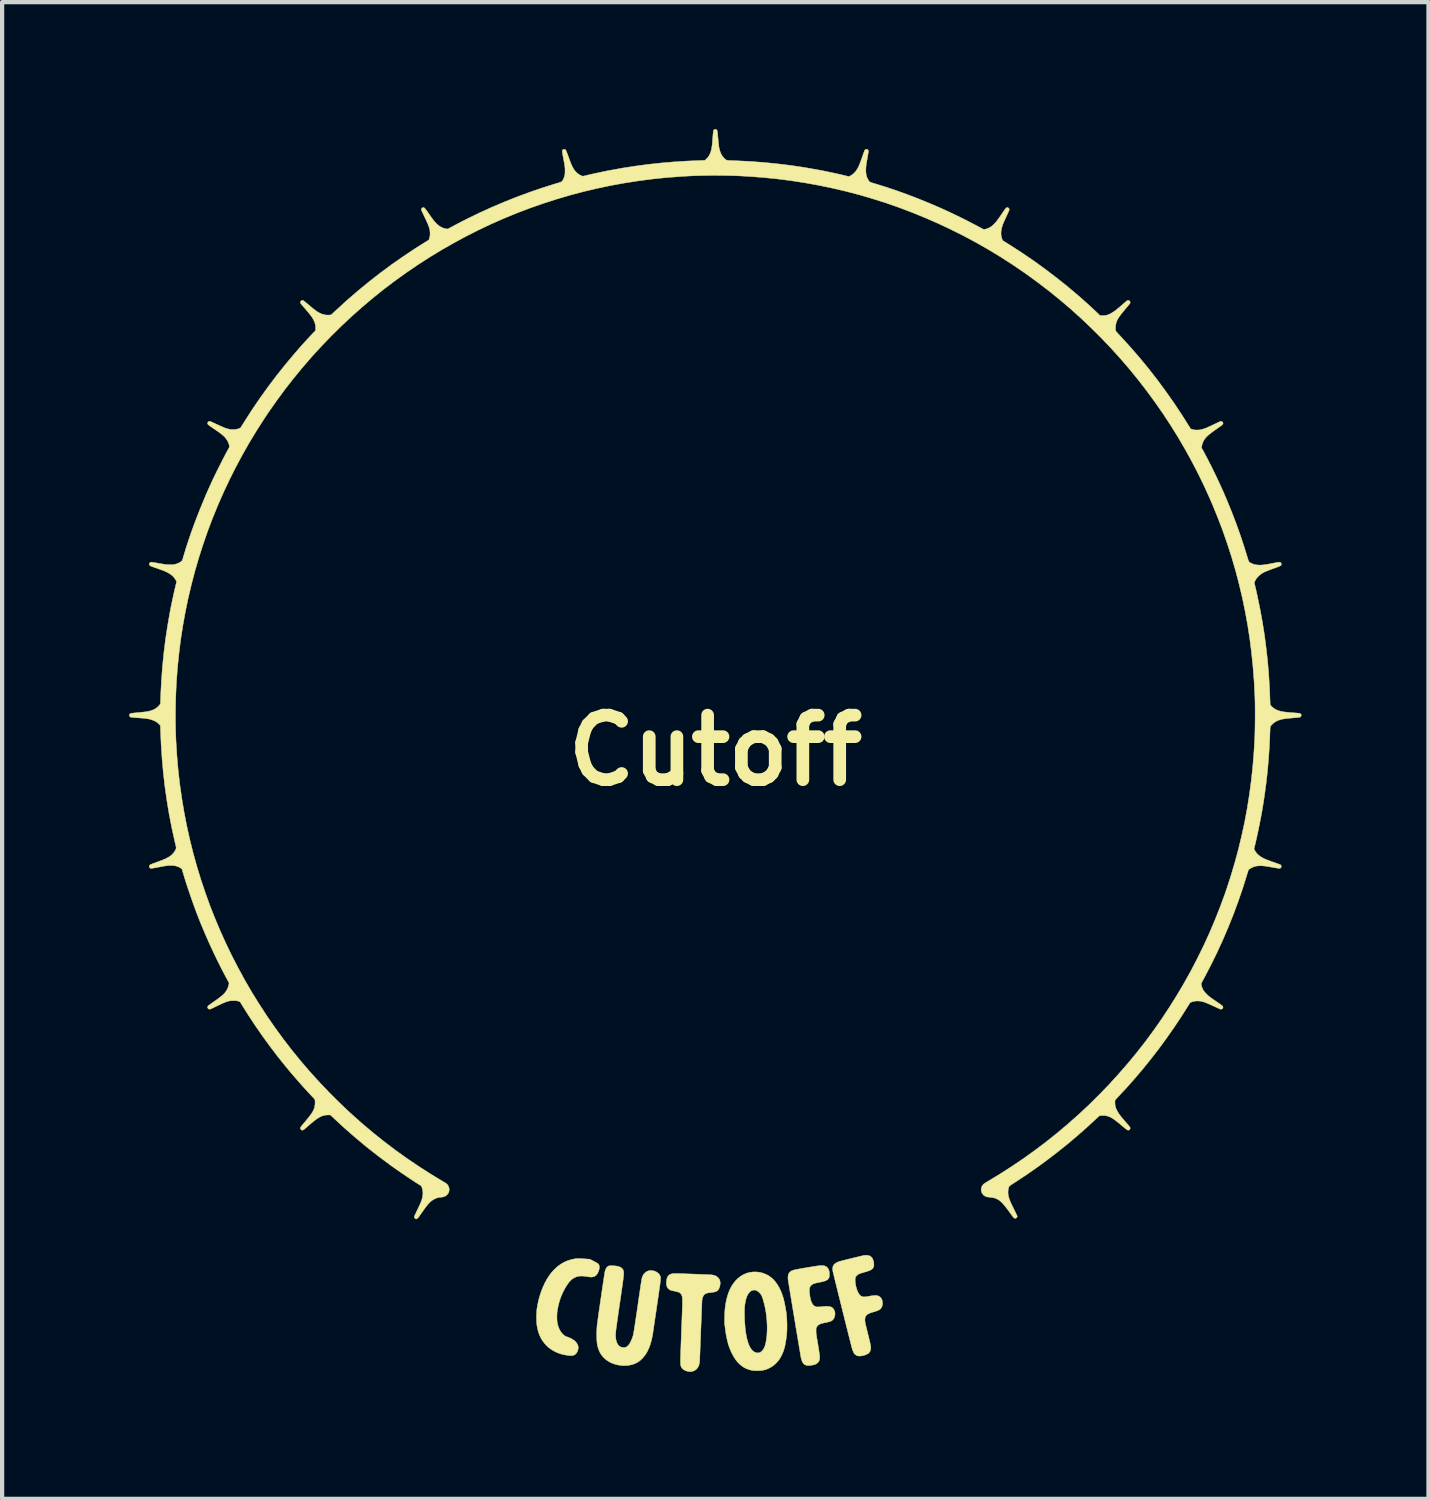
<source format=kicad_pcb>
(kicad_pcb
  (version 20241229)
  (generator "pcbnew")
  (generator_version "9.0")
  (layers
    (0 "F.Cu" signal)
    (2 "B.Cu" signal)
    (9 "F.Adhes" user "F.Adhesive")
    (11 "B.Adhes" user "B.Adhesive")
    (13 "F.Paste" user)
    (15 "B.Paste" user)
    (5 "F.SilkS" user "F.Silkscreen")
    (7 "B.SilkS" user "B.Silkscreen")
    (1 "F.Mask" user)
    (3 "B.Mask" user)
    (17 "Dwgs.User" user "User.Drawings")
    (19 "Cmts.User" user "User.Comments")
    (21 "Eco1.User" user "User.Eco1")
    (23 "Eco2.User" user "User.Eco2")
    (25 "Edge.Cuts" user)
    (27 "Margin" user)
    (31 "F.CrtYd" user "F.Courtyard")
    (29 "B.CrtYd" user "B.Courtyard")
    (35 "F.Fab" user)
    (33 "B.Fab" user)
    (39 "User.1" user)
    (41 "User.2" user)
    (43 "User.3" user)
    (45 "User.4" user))
  (footprint "Cutoff"
    (layer "F.Cu")
    (at 13.848 14.679)
    (property "Reference" "Cutoff" (at 0 0 0) (layer "F.SilkS") (effects (font (size 1.524 1.524) (thickness 0.3))))
    (attr through_hole)
    (fp_poly (pts (xy -3.21 12.003) (xy -3.182 12.004) (xy -3.147 12.006) (xy -3.104 12.009) (xy -3.103 12.009) (xy -2.963 12.018) (xy -2.875 12.064) (xy -2.849 12.078) (xy -2.825 12.091) (xy -2.804 12.102) (xy -2.788 12.112) (xy -2.777 12.118) (xy -2.775 12.119) (xy -2.757 12.138) (xy -2.745 12.162) (xy -2.739 12.191) (xy -2.739 12.224) (xy -2.745 12.26) (xy -2.757 12.299) (xy -2.77 12.329) (xy -2.789 12.365) (xy -2.811 12.393) (xy -2.836 12.414) (xy -2.865 12.428) (xy -2.899 12.437) (xy -2.904 12.438) (xy -2.922 12.44) (xy -2.938 12.44) (xy -2.956 12.439) (xy -2.979 12.436) (xy -2.987 12.435) (xy -3.013 12.431) (xy -3.042 12.427) (xy -3.069 12.423) (xy -3.081 12.422) (xy -3.136 12.416) (xy -3.188 12.417) (xy -3.237 12.422) (xy -3.282 12.434) (xy -3.325 12.453) (xy -3.366 12.477) (xy -3.406 12.509) (xy -3.444 12.548) (xy -3.481 12.595) (xy -3.517 12.649) (xy -3.554 12.711) (xy -3.591 12.782) (xy -3.595 12.79) (xy -3.64 12.889) (xy -3.677 12.993) (xy -3.706 13.1) (xy -3.729 13.212) (xy -3.734 13.245) (xy -3.738 13.282) (xy -3.74 13.324) (xy -3.742 13.368) (xy -3.741 13.412) (xy -3.74 13.453) (xy -3.737 13.489) (xy -3.734 13.508) (xy -3.72 13.574) (xy -3.701 13.634) (xy -3.677 13.687) (xy -3.648 13.735) (xy -3.615 13.776) (xy -3.598 13.794) (xy -3.577 13.812) (xy -3.556 13.827) (xy -3.537 13.839) (xy -3.521 13.847) (xy -3.519 13.848) (xy -3.496 13.854) (xy -3.468 13.864) (xy -3.44 13.876) (xy -3.412 13.889) (xy -3.409 13.89) (xy -3.361 13.918) (xy -3.32 13.948) (xy -3.288 13.981) (xy -3.263 14.017) (xy -3.246 14.054) (xy -3.24 14.08) (xy -3.237 14.097) (xy -3.237 14.112) (xy -3.239 14.129) (xy -3.242 14.148) (xy -3.253 14.188) (xy -3.27 14.222) (xy -3.292 14.251) (xy -3.3 14.259) (xy -3.321 14.274) (xy -3.345 14.286) (xy -3.373 14.293) (xy -3.406 14.296) (xy -3.445 14.294) (xy -3.473 14.292) (xy -3.564 14.277) (xy -3.65 14.256) (xy -3.731 14.227) (xy -3.806 14.192) (xy -3.877 14.149) (xy -3.942 14.1) (xy -3.985 14.061) (xy -4.036 14.004) (xy -4.082 13.944) (xy -4.12 13.879) (xy -4.153 13.81) (xy -4.18 13.735) (xy -4.2 13.654) (xy -4.216 13.567) (xy -4.219 13.534) (xy -4.222 13.494) (xy -4.223 13.449) (xy -4.224 13.401) (xy -4.224 13.352) (xy -4.222 13.304) (xy -4.22 13.259) (xy -4.217 13.219) (xy -4.214 13.193) (xy -4.195 13.082) (xy -4.171 12.973) (xy -4.141 12.867) (xy -4.107 12.765) (xy -4.067 12.667) (xy -4.024 12.574) (xy -3.976 12.487) (xy -3.924 12.406) (xy -3.876 12.342) (xy -3.857 12.319) (xy -3.834 12.294) (xy -3.808 12.267) (xy -3.781 12.24) (xy -3.755 12.216) (xy -3.731 12.194) (xy -3.711 12.178) (xy -3.639 12.128) (xy -3.565 12.086) (xy -3.489 12.053) (xy -3.409 12.028) (xy -3.326 12.01) (xy -3.282 12.004) (xy -3.268 12.003) (xy -3.253 12.002) (xy -3.234 12.002) (xy -3.21 12.003)) (stroke (width 0.01) (type solid)) (fill yes) (layer "F.SilkS"))
    (fp_poly (pts (xy -0.902 12.357) (xy -0.87 12.357) (xy -0.832 12.358) (xy -0.788 12.36) (xy -0.737 12.361) (xy -0.68 12.364) (xy -0.614 12.366) (xy -0.541 12.369) (xy -0.539 12.369) (xy -0.478 12.371) (xy -0.42 12.373) (xy -0.365 12.376) (xy -0.312 12.378) (xy -0.264 12.38) (xy -0.22 12.381) (xy -0.181 12.383) (xy -0.149 12.384) (xy -0.123 12.386) (xy -0.104 12.387) (xy -0.093 12.387) (xy -0.092 12.387) (xy -0.045 12.394) (xy -0.003 12.407) (xy 0.033 12.426) (xy 0.063 12.45) (xy 0.065 12.452) (xy 0.09 12.484) (xy 0.107 12.52) (xy 0.115 12.558) (xy 0.116 12.6) (xy 0.109 12.646) (xy 0.1 12.676) (xy 0.089 12.707) (xy 0.076 12.731) (xy 0.061 12.75) (xy 0.045 12.764) (xy 0.031 12.774) (xy 0.016 12.782) (xy -0.002 12.788) (xy -0.024 12.793) (xy -0.051 12.798) (xy -0.084 12.803) (xy -0.102 12.805) (xy -0.139 12.809) (xy -0.169 12.814) (xy -0.193 12.819) (xy -0.212 12.825) (xy -0.229 12.832) (xy -0.243 12.841) (xy -0.251 12.847) (xy -0.271 12.867) (xy -0.287 12.894) (xy -0.301 12.928) (xy -0.31 12.966) (xy -0.313 12.985) (xy -0.314 12.991) (xy -0.314 13.006) (xy -0.315 13.029) (xy -0.317 13.058) (xy -0.318 13.095) (xy -0.32 13.138) (xy -0.322 13.187) (xy -0.324 13.241) (xy -0.326 13.301) (xy -0.329 13.364) (xy -0.331 13.432) (xy -0.334 13.502) (xy -0.337 13.576) (xy -0.34 13.653) (xy -0.342 13.698) (xy -0.344 13.776) (xy -0.347 13.852) (xy -0.35 13.926) (xy -0.353 13.997) (xy -0.355 14.064) (xy -0.358 14.127) (xy -0.36 14.186) (xy -0.362 14.24) (xy -0.364 14.288) (xy -0.366 14.33) (xy -0.367 14.366) (xy -0.368 14.395) (xy -0.369 14.416) (xy -0.37 14.43) (xy -0.37 14.434) (xy -0.377 14.484) (xy -0.39 14.53) (xy -0.409 14.57) (xy -0.435 14.604) (xy -0.465 14.632) (xy -0.497 14.651) (xy -0.534 14.666) (xy -0.571 14.673) (xy -0.61 14.674) (xy -0.65 14.668) (xy -0.68 14.659) (xy -0.71 14.648) (xy -0.738 14.633) (xy -0.761 14.618) (xy -0.772 14.608) (xy -0.789 14.588) (xy -0.803 14.567) (xy -0.812 14.543) (xy -0.819 14.514) (xy -0.822 14.479) (xy -0.823 14.438) (xy -0.823 14.436) (xy -0.823 14.421) (xy -0.823 14.398) (xy -0.822 14.366) (xy -0.821 14.327) (xy -0.819 14.281) (xy -0.818 14.228) (xy -0.816 14.169) (xy -0.813 14.104) (xy -0.811 14.034) (xy -0.808 13.959) (xy -0.805 13.879) (xy -0.802 13.795) (xy -0.799 13.707) (xy -0.796 13.616) (xy -0.792 13.522) (xy -0.788 13.426) (xy -0.786 13.364) (xy -0.783 13.291) (xy -0.781 13.226) (xy -0.779 13.169) (xy -0.777 13.119) (xy -0.776 13.075) (xy -0.776 13.037) (xy -0.776 13.005) (xy -0.776 12.977) (xy -0.777 12.953) (xy -0.778 12.933) (xy -0.78 12.917) (xy -0.783 12.902) (xy -0.786 12.89) (xy -0.79 12.879) (xy -0.794 12.869) (xy -0.798 12.859) (xy -0.808 12.843) (xy -0.818 12.83) (xy -0.83 12.818) (xy -0.845 12.808) (xy -0.864 12.799) (xy -0.888 12.791) (xy -0.917 12.782) (xy -0.953 12.774) (xy -0.997 12.765) (xy -1.007 12.763) (xy -1.048 12.753) (xy -1.082 12.737) (xy -1.11 12.715) (xy -1.131 12.689) (xy -1.145 12.657) (xy -1.154 12.619) (xy -1.156 12.575) (xy -1.152 12.525) (xy -1.149 12.507) (xy -1.141 12.468) (xy -1.128 12.436) (xy -1.111 12.411) (xy -1.089 12.391) (xy -1.061 12.375) (xy -1.052 12.371) (xy -1.043 12.368) (xy -1.034 12.365) (xy -1.025 12.363) (xy -1.015 12.361) (xy -1.003 12.359) (xy -0.99 12.358) (xy -0.973 12.357) (xy -0.953 12.357) (xy -0.93 12.357) (xy -0.902 12.357)) (stroke (width 0.01) (type solid)) (fill yes) (layer "F.SilkS"))
    (fp_poly (pts (xy 1.022 12.324) (xy 1.091 12.337) (xy 1.159 12.359) (xy 1.224 12.388) (xy 1.273 12.417) (xy 1.327 12.457) (xy 1.379 12.505) (xy 1.427 12.561) (xy 1.471 12.625) (xy 1.512 12.695) (xy 1.549 12.772) (xy 1.581 12.855) (xy 1.607 12.936) (xy 1.621 12.991) (xy 1.636 13.054) (xy 1.649 13.121) (xy 1.662 13.19) (xy 1.673 13.26) (xy 1.682 13.328) (xy 1.684 13.349) (xy 1.687 13.38) (xy 1.689 13.417) (xy 1.691 13.46) (xy 1.693 13.506) (xy 1.694 13.554) (xy 1.694 13.601) (xy 1.694 13.647) (xy 1.693 13.688) (xy 1.692 13.724) (xy 1.691 13.746) (xy 1.686 13.798) (xy 1.68 13.853) (xy 1.673 13.908) (xy 1.664 13.963) (xy 1.655 14.015) (xy 1.646 14.063) (xy 1.636 14.104) (xy 1.633 14.114) (xy 1.614 14.176) (xy 1.59 14.238) (xy 1.563 14.296) (xy 1.534 14.35) (xy 1.508 14.39) (xy 1.464 14.445) (xy 1.415 14.494) (xy 1.362 14.538) (xy 1.304 14.575) (xy 1.245 14.605) (xy 1.217 14.616) (xy 1.181 14.628) (xy 1.148 14.637) (xy 1.114 14.643) (xy 1.079 14.648) (xy 1.038 14.65) (xy 1.007 14.651) (xy 0.98 14.651) (xy 0.954 14.651) (xy 0.932 14.651) (xy 0.916 14.651) (xy 0.907 14.65) (xy 0.907 14.65) (xy 0.868 14.644) (xy 0.827 14.635) (xy 0.786 14.623) (xy 0.747 14.609) (xy 0.713 14.594) (xy 0.696 14.586) (xy 0.637 14.549) (xy 0.583 14.505) (xy 0.532 14.455) (xy 0.485 14.398) (xy 0.442 14.332) (xy 0.401 14.259) (xy 0.397 14.252) (xy 0.369 14.192) (xy 0.344 14.132) (xy 0.321 14.071) (xy 0.301 14.006) (xy 0.284 13.938) (xy 0.268 13.865) (xy 0.253 13.786) (xy 0.24 13.7) (xy 0.234 13.65) (xy 0.218 13.525) (xy 0.22 13.388) (xy 0.222 13.318) (xy 0.223 13.293) (xy 0.689 13.293) (xy 0.689 13.354) (xy 0.691 13.418) (xy 0.694 13.481) (xy 0.696 13.509) (xy 0.7 13.562) (xy 0.703 13.607) (xy 0.707 13.647) (xy 0.71 13.682) (xy 0.714 13.715) (xy 0.719 13.746) (xy 0.724 13.778) (xy 0.73 13.81) (xy 0.745 13.887) (xy 0.763 13.955) (xy 0.783 14.016) (xy 0.805 14.069) (xy 0.829 14.114) (xy 0.857 14.152) (xy 0.886 14.183) (xy 0.919 14.207) (xy 0.924 14.21) (xy 0.955 14.224) (xy 0.988 14.231) (xy 1.021 14.231) (xy 1.052 14.223) (xy 1.064 14.217) (xy 1.093 14.196) (xy 1.12 14.168) (xy 1.144 14.132) (xy 1.165 14.09) (xy 1.182 14.041) (xy 1.191 14.005) (xy 1.205 13.928) (xy 1.216 13.845) (xy 1.222 13.757) (xy 1.225 13.665) (xy 1.224 13.569) (xy 1.219 13.473) (xy 1.21 13.375) (xy 1.198 13.279) (xy 1.182 13.186) (xy 1.162 13.095) (xy 1.158 13.081) (xy 1.145 13.03) (xy 1.133 12.987) (xy 1.123 12.95) (xy 1.112 12.92) (xy 1.101 12.894) (xy 1.09 12.871) (xy 1.079 12.852) (xy 1.066 12.835) (xy 1.051 12.818) (xy 1.045 12.811) (xy 1.013 12.782) (xy 0.982 12.762) (xy 0.951 12.75) (xy 0.92 12.746) (xy 0.888 12.751) (xy 0.856 12.763) (xy 0.848 12.767) (xy 0.818 12.788) (xy 0.791 12.817) (xy 0.767 12.854) (xy 0.746 12.899) (xy 0.727 12.953) (xy 0.712 13.015) (xy 0.7 13.084) (xy 0.699 13.094) (xy 0.694 13.134) (xy 0.691 13.182) (xy 0.689 13.235) (xy 0.689 13.293) (xy 0.223 13.293) (xy 0.225 13.255) (xy 0.229 13.197) (xy 0.235 13.143) (xy 0.242 13.091) (xy 0.251 13.04) (xy 0.261 12.987) (xy 0.263 12.979) (xy 0.287 12.888) (xy 0.315 12.803) (xy 0.349 12.724) (xy 0.388 12.651) (xy 0.432 12.585) (xy 0.48 12.525) (xy 0.533 12.473) (xy 0.59 12.427) (xy 0.651 12.389) (xy 0.716 12.359) (xy 0.744 12.348) (xy 0.812 12.33) (xy 0.881 12.32) (xy 0.952 12.318) (xy 1.022 12.324)) (stroke (width 0.01) (type solid)) (fill yes) (layer "F.SilkS"))
    (fp_poly (pts (xy 3.584 11.926) (xy 3.622 11.931) (xy 3.655 11.944) (xy 3.683 11.964) (xy 3.706 11.99) (xy 3.723 12.024) (xy 3.737 12.065) (xy 3.743 12.097) (xy 3.747 12.133) (xy 3.747 12.163) (xy 3.742 12.19) (xy 3.735 12.209) (xy 3.726 12.226) (xy 3.715 12.241) (xy 3.7 12.255) (xy 3.681 12.267) (xy 3.658 12.28) (xy 3.628 12.292) (xy 3.592 12.304) (xy 3.549 12.317) (xy 3.519 12.326) (xy 3.482 12.337) (xy 3.453 12.345) (xy 3.429 12.353) (xy 3.41 12.36) (xy 3.394 12.367) (xy 3.386 12.371) (xy 3.364 12.385) (xy 3.343 12.404) (xy 3.324 12.426) (xy 3.316 12.439) (xy 3.311 12.449) (xy 3.308 12.459) (xy 3.306 12.469) (xy 3.305 12.483) (xy 3.304 12.503) (xy 3.304 12.514) (xy 3.306 12.559) (xy 3.312 12.605) (xy 3.321 12.653) (xy 3.333 12.699) (xy 3.348 12.744) (xy 3.364 12.784) (xy 3.382 12.82) (xy 3.401 12.849) (xy 3.413 12.863) (xy 3.433 12.882) (xy 3.454 12.896) (xy 3.477 12.904) (xy 3.503 12.908) (xy 3.533 12.908) (xy 3.57 12.904) (xy 3.595 12.9) (xy 3.65 12.89) (xy 3.696 12.882) (xy 3.736 12.878) (xy 3.77 12.875) (xy 3.798 12.875) (xy 3.823 12.878) (xy 3.843 12.883) (xy 3.858 12.889) (xy 3.888 12.908) (xy 3.913 12.933) (xy 3.932 12.964) (xy 3.944 13) (xy 3.951 13.04) (xy 3.951 13.055) (xy 3.948 13.095) (xy 3.939 13.131) (xy 3.924 13.163) (xy 3.92 13.168) (xy 3.909 13.184) (xy 3.896 13.197) (xy 3.88 13.209) (xy 3.861 13.22) (xy 3.838 13.231) (xy 3.809 13.242) (xy 3.774 13.253) (xy 3.732 13.265) (xy 3.684 13.28) (xy 3.643 13.295) (xy 3.61 13.312) (xy 3.584 13.329) (xy 3.564 13.349) (xy 3.55 13.37) (xy 3.541 13.395) (xy 3.536 13.424) (xy 3.535 13.438) (xy 3.535 13.449) (xy 3.535 13.461) (xy 3.535 13.472) (xy 3.536 13.485) (xy 3.538 13.5) (xy 3.541 13.517) (xy 3.545 13.538) (xy 3.551 13.562) (xy 3.557 13.591) (xy 3.566 13.626) (xy 3.576 13.667) (xy 3.588 13.715) (xy 3.601 13.77) (xy 3.604 13.782) (xy 3.619 13.84) (xy 3.631 13.891) (xy 3.642 13.934) (xy 3.65 13.971) (xy 3.657 14.002) (xy 3.663 14.029) (xy 3.667 14.051) (xy 3.67 14.069) (xy 3.672 14.085) (xy 3.673 14.099) (xy 3.674 14.112) (xy 3.673 14.124) (xy 3.673 14.129) (xy 3.667 14.165) (xy 3.655 14.196) (xy 3.636 14.223) (xy 3.61 14.247) (xy 3.576 14.266) (xy 3.534 14.283) (xy 3.53 14.284) (xy 3.486 14.296) (xy 3.445 14.304) (xy 3.407 14.306) (xy 3.374 14.303) (xy 3.362 14.301) (xy 3.333 14.289) (xy 3.307 14.273) (xy 3.289 14.255) (xy 3.277 14.237) (xy 3.264 14.212) (xy 3.251 14.183) (xy 3.239 14.151) (xy 3.235 14.139) (xy 3.232 14.13) (xy 3.228 14.113) (xy 3.221 14.088) (xy 3.213 14.057) (xy 3.204 14.019) (xy 3.192 13.975) (xy 3.18 13.926) (xy 3.166 13.871) (xy 3.151 13.812) (xy 3.135 13.749) (xy 3.119 13.683) (xy 3.101 13.613) (xy 3.083 13.541) (xy 3.064 13.467) (xy 3.046 13.391) (xy 3.026 13.314) (xy 3.007 13.237) (xy 2.988 13.159) (xy 2.969 13.082) (xy 2.95 13.006) (xy 2.931 12.931) (xy 2.913 12.858) (xy 2.895 12.787) (xy 2.879 12.72) (xy 2.863 12.655) (xy 2.848 12.595) (xy 2.834 12.539) (xy 2.822 12.487) (xy 2.81 12.441) (xy 2.801 12.401) (xy 2.793 12.367) (xy 2.786 12.34) (xy 2.782 12.321) (xy 2.779 12.309) (xy 2.778 12.306) (xy 2.773 12.261) (xy 2.774 12.221) (xy 2.781 12.187) (xy 2.785 12.175) (xy 2.801 12.149) (xy 2.826 12.125) (xy 2.858 12.103) (xy 2.897 12.084) (xy 2.936 12.07) (xy 2.951 12.066) (xy 2.972 12.061) (xy 3 12.053) (xy 3.032 12.045) (xy 3.069 12.036) (xy 3.109 12.025) (xy 3.152 12.015) (xy 3.196 12.004) (xy 3.241 11.993) (xy 3.285 11.982) (xy 3.328 11.972) (xy 3.369 11.962) (xy 3.406 11.953) (xy 3.439 11.945) (xy 3.468 11.938) (xy 3.49 11.933) (xy 3.505 11.93) (xy 3.511 11.929) (xy 3.535 11.927) (xy 3.561 11.925) (xy 3.584 11.926)) (stroke (width 0.01) (type solid)) (fill yes) (layer "F.SilkS"))
    (fp_poly (pts (xy 2.549 12.169) (xy 2.563 12.171) (xy 2.574 12.173) (xy 2.585 12.177) (xy 2.588 12.178) (xy 2.618 12.193) (xy 2.642 12.211) (xy 2.661 12.234) (xy 2.663 12.237) (xy 2.676 12.261) (xy 2.686 12.286) (xy 2.692 12.314) (xy 2.695 12.348) (xy 2.695 12.378) (xy 2.695 12.402) (xy 2.695 12.419) (xy 2.693 12.432) (xy 2.691 12.442) (xy 2.687 12.451) (xy 2.683 12.46) (xy 2.674 12.477) (xy 2.662 12.491) (xy 2.648 12.504) (xy 2.629 12.515) (xy 2.607 12.526) (xy 2.579 12.536) (xy 2.545 12.545) (xy 2.504 12.555) (xy 2.455 12.565) (xy 2.439 12.568) (xy 2.397 12.577) (xy 2.362 12.585) (xy 2.333 12.594) (xy 2.31 12.604) (xy 2.291 12.615) (xy 2.274 12.627) (xy 2.26 12.641) (xy 2.245 12.66) (xy 2.234 12.68) (xy 2.227 12.703) (xy 2.223 12.73) (xy 2.223 12.763) (xy 2.225 12.802) (xy 2.225 12.803) (xy 2.233 12.873) (xy 2.243 12.935) (xy 2.257 12.989) (xy 2.273 13.035) (xy 2.293 13.073) (xy 2.316 13.103) (xy 2.342 13.125) (xy 2.371 13.139) (xy 2.402 13.146) (xy 2.416 13.146) (xy 2.436 13.145) (xy 2.461 13.144) (xy 2.488 13.142) (xy 2.506 13.141) (xy 2.533 13.138) (xy 2.558 13.136) (xy 2.581 13.134) (xy 2.598 13.132) (xy 2.606 13.131) (xy 2.629 13.13) (xy 2.657 13.132) (xy 2.684 13.135) (xy 2.71 13.14) (xy 2.731 13.145) (xy 2.739 13.148) (xy 2.767 13.166) (xy 2.791 13.191) (xy 2.809 13.22) (xy 2.821 13.253) (xy 2.828 13.289) (xy 2.828 13.327) (xy 2.821 13.366) (xy 2.808 13.404) (xy 2.806 13.408) (xy 2.795 13.427) (xy 2.779 13.446) (xy 2.761 13.463) (xy 2.744 13.476) (xy 2.741 13.477) (xy 2.724 13.485) (xy 2.698 13.493) (xy 2.665 13.502) (xy 2.626 13.511) (xy 2.588 13.519) (xy 2.542 13.529) (xy 2.503 13.54) (xy 2.471 13.552) (xy 2.446 13.566) (xy 2.425 13.581) (xy 2.409 13.599) (xy 2.396 13.62) (xy 2.395 13.623) (xy 2.389 13.635) (xy 2.385 13.644) (xy 2.382 13.654) (xy 2.381 13.665) (xy 2.381 13.681) (xy 2.381 13.702) (xy 2.381 13.714) (xy 2.381 13.728) (xy 2.381 13.741) (xy 2.382 13.756) (xy 2.384 13.771) (xy 2.386 13.789) (xy 2.388 13.809) (xy 2.392 13.834) (xy 2.396 13.863) (xy 2.402 13.898) (xy 2.409 13.939) (xy 2.417 13.988) (xy 2.422 14.016) (xy 2.432 14.079) (xy 2.441 14.133) (xy 2.448 14.181) (xy 2.454 14.222) (xy 2.459 14.257) (xy 2.462 14.287) (xy 2.465 14.312) (xy 2.466 14.334) (xy 2.466 14.352) (xy 2.464 14.368) (xy 2.462 14.382) (xy 2.459 14.395) (xy 2.457 14.405) (xy 2.45 14.422) (xy 2.443 14.436) (xy 2.433 14.449) (xy 2.42 14.463) (xy 2.402 14.479) (xy 2.386 14.49) (xy 2.368 14.499) (xy 2.363 14.501) (xy 2.329 14.512) (xy 2.292 14.52) (xy 2.255 14.526) (xy 2.218 14.529) (xy 2.185 14.529) (xy 2.158 14.526) (xy 2.151 14.524) (xy 2.123 14.514) (xy 2.101 14.5) (xy 2.083 14.482) (xy 2.07 14.465) (xy 2.058 14.445) (xy 2.047 14.42) (xy 2.037 14.388) (xy 2.026 14.349) (xy 2.026 14.348) (xy 2.024 14.342) (xy 2.022 14.327) (xy 2.018 14.305) (xy 2.013 14.276) (xy 2.007 14.24) (xy 2 14.197) (xy 1.992 14.149) (xy 1.983 14.096) (xy 1.973 14.039) (xy 1.963 13.977) (xy 1.952 13.911) (xy 1.94 13.842) (xy 1.928 13.77) (xy 1.916 13.697) (xy 1.903 13.621) (xy 1.891 13.544) (xy 1.878 13.467) (xy 1.865 13.389) (xy 1.852 13.312) (xy 1.839 13.235) (xy 1.827 13.16) (xy 1.815 13.086) (xy 1.803 13.015) (xy 1.792 12.946) (xy 1.781 12.881) (xy 1.771 12.819) (xy 1.761 12.761) (xy 1.753 12.709) (xy 1.745 12.661) (xy 1.738 12.619) (xy 1.732 12.583) (xy 1.727 12.554) (xy 1.724 12.533) (xy 1.722 12.519) (xy 1.721 12.515) (xy 1.717 12.465) (xy 1.718 12.423) (xy 1.724 12.386) (xy 1.737 12.355) (xy 1.755 12.329) (xy 1.78 12.307) (xy 1.802 12.294) (xy 1.813 12.289) (xy 1.825 12.284) (xy 1.839 12.279) (xy 1.856 12.274) (xy 1.876 12.269) (xy 1.9 12.264) (xy 1.928 12.258) (xy 1.962 12.252) (xy 2.002 12.244) (xy 2.048 12.236) (xy 2.102 12.227) (xy 2.164 12.217) (xy 2.169 12.216) (xy 2.226 12.206) (xy 2.275 12.198) (xy 2.317 12.191) (xy 2.352 12.185) (xy 2.382 12.181) (xy 2.407 12.177) (xy 2.429 12.174) (xy 2.447 12.172) (xy 2.462 12.171) (xy 2.476 12.17) (xy 2.489 12.169) (xy 2.501 12.169) (xy 2.505 12.169) (xy 2.53 12.169) (xy 2.549 12.169)) (stroke (width 0.01) (type solid)) (fill yes) (layer "F.SilkS"))
    (fp_poly (pts (xy -2.376 12.175) (xy -2.325 12.181) (xy -2.282 12.191) (xy -2.245 12.206) (xy -2.216 12.224) (xy -2.193 12.247) (xy -2.187 12.255) (xy -2.181 12.266) (xy -2.175 12.277) (xy -2.171 12.289) (xy -2.167 12.303) (xy -2.165 12.32) (xy -2.164 12.339) (xy -2.164 12.361) (xy -2.165 12.388) (xy -2.168 12.419) (xy -2.171 12.455) (xy -2.177 12.497) (xy -2.183 12.546) (xy -2.191 12.601) (xy -2.2 12.665) (xy -2.207 12.715) (xy -2.218 12.791) (xy -2.229 12.867) (xy -2.24 12.943) (xy -2.251 13.019) (xy -2.262 13.094) (xy -2.273 13.167) (xy -2.283 13.239) (xy -2.293 13.307) (xy -2.302 13.373) (xy -2.311 13.434) (xy -2.319 13.492) (xy -2.327 13.545) (xy -2.333 13.592) (xy -2.339 13.633) (xy -2.344 13.668) (xy -2.347 13.696) (xy -2.35 13.716) (xy -2.351 13.729) (xy -2.356 13.798) (xy -2.354 13.861) (xy -2.346 13.919) (xy -2.333 13.97) (xy -2.319 14.003) (xy -2.298 14.039) (xy -2.272 14.067) (xy -2.243 14.088) (xy -2.21 14.1) (xy -2.176 14.105) (xy -2.145 14.104) (xy -2.119 14.099) (xy -2.094 14.087) (xy -2.08 14.077) (xy -2.056 14.055) (xy -2.032 14.025) (xy -2.009 13.987) (xy -1.986 13.94) (xy -1.973 13.91) (xy -1.968 13.896) (xy -1.963 13.884) (xy -1.958 13.872) (xy -1.954 13.86) (xy -1.95 13.848) (xy -1.946 13.834) (xy -1.942 13.82) (xy -1.938 13.803) (xy -1.934 13.784) (xy -1.93 13.763) (xy -1.926 13.738) (xy -1.921 13.71) (xy -1.915 13.678) (xy -1.909 13.641) (xy -1.903 13.599) (xy -1.896 13.552) (xy -1.888 13.498) (xy -1.879 13.439) (xy -1.869 13.373) (xy -1.858 13.299) (xy -1.846 13.218) (xy -1.833 13.129) (xy -1.831 13.109) (xy -1.818 13.023) (xy -1.807 12.944) (xy -1.796 12.873) (xy -1.787 12.81) (xy -1.779 12.754) (xy -1.771 12.704) (xy -1.765 12.66) (xy -1.759 12.621) (xy -1.754 12.588) (xy -1.749 12.56) (xy -1.745 12.536) (xy -1.742 12.515) (xy -1.739 12.498) (xy -1.737 12.484) (xy -1.734 12.473) (xy -1.732 12.463) (xy -1.73 12.456) (xy -1.729 12.449) (xy -1.727 12.444) (xy -1.71 12.404) (xy -1.687 12.368) (xy -1.658 12.337) (xy -1.625 12.312) (xy -1.605 12.302) (xy -1.566 12.289) (xy -1.525 12.285) (xy -1.483 12.287) (xy -1.44 12.298) (xy -1.399 12.315) (xy -1.377 12.328) (xy -1.347 12.351) (xy -1.324 12.376) (xy -1.307 12.404) (xy -1.306 12.406) (xy -1.303 12.413) (xy -1.3 12.419) (xy -1.298 12.425) (xy -1.296 12.432) (xy -1.294 12.439) (xy -1.293 12.448) (xy -1.293 12.459) (xy -1.293 12.472) (xy -1.293 12.488) (xy -1.295 12.506) (xy -1.297 12.528) (xy -1.3 12.554) (xy -1.303 12.585) (xy -1.308 12.62) (xy -1.313 12.66) (xy -1.32 12.705) (xy -1.327 12.757) (xy -1.335 12.815) (xy -1.345 12.88) (xy -1.355 12.953) (xy -1.367 13.032) (xy -1.38 13.121) (xy -1.384 13.146) (xy -1.394 13.22) (xy -1.405 13.293) (xy -1.416 13.364) (xy -1.426 13.431) (xy -1.435 13.496) (xy -1.444 13.557) (xy -1.453 13.613) (xy -1.46 13.664) (xy -1.467 13.71) (xy -1.473 13.75) (xy -1.478 13.783) (xy -1.482 13.809) (xy -1.485 13.828) (xy -1.487 13.838) (xy -1.508 13.933) (xy -1.533 14.023) (xy -1.563 14.105) (xy -1.597 14.181) (xy -1.636 14.25) (xy -1.68 14.311) (xy -1.728 14.366) (xy -1.779 14.413) (xy -1.836 14.452) (xy -1.871 14.472) (xy -1.927 14.496) (xy -1.989 14.514) (xy -2.054 14.526) (xy -2.123 14.532) (xy -2.193 14.531) (xy -2.198 14.53) (xy -2.277 14.521) (xy -2.352 14.505) (xy -2.422 14.482) (xy -2.487 14.453) (xy -2.546 14.418) (xy -2.601 14.376) (xy -2.649 14.329) (xy -2.691 14.277) (xy -2.726 14.219) (xy -2.744 14.181) (xy -2.762 14.133) (xy -2.778 14.079) (xy -2.787 14.037) (xy -2.792 14.005) (xy -2.796 13.965) (xy -2.799 13.919) (xy -2.801 13.869) (xy -2.802 13.817) (xy -2.802 13.764) (xy -2.8 13.711) (xy -2.798 13.659) (xy -2.795 13.612) (xy -2.792 13.578) (xy -2.789 13.558) (xy -2.786 13.53) (xy -2.781 13.496) (xy -2.776 13.456) (xy -2.77 13.41) (xy -2.763 13.36) (xy -2.755 13.305) (xy -2.747 13.247) (xy -2.738 13.187) (xy -2.729 13.124) (xy -2.72 13.059) (xy -2.71 12.993) (xy -2.7 12.927) (xy -2.691 12.861) (xy -2.681 12.796) (xy -2.672 12.732) (xy -2.663 12.67) (xy -2.654 12.611) (xy -2.646 12.556) (xy -2.638 12.504) (xy -2.631 12.457) (xy -2.624 12.415) (xy -2.618 12.379) (xy -2.614 12.349) (xy -2.61 12.326) (xy -2.607 12.311) (xy -2.606 12.305) (xy -2.592 12.263) (xy -2.575 12.228) (xy -2.554 12.202) (xy -2.528 12.183) (xy -2.524 12.181) (xy -2.517 12.178) (xy -2.509 12.175) (xy -2.498 12.174) (xy -2.483 12.173) (xy -2.462 12.173) (xy -2.435 12.173) (xy -2.376 12.175)) (stroke (width 0.01) (type solid)) (fill yes) (layer "F.SilkS"))
    (fp_poly (pts (xy 0.012 -14.673) (xy 0.022 -14.668) (xy 0.028 -14.665) (xy 0.033 -14.661) (xy 0.038 -14.655) (xy 0.042 -14.647) (xy 0.045 -14.636) (xy 0.048 -14.621) (xy 0.051 -14.601) (xy 0.054 -14.576) (xy 0.057 -14.544) (xy 0.06 -14.505) (xy 0.064 -14.465) (xy 0.069 -14.407) (xy 0.074 -14.357) (xy 0.079 -14.313) (xy 0.084 -14.275) (xy 0.089 -14.242) (xy 0.095 -14.213) (xy 0.102 -14.186) (xy 0.11 -14.16) (xy 0.115 -14.145) (xy 0.137 -14.092) (xy 0.165 -14.044) (xy 0.199 -14.002) (xy 0.22 -13.981) (xy 0.23 -13.972) (xy 0.239 -13.964) (xy 0.247 -13.957) (xy 0.255 -13.952) (xy 0.264 -13.948) (xy 0.274 -13.945) (xy 0.288 -13.942) (xy 0.305 -13.94) (xy 0.327 -13.939) (xy 0.354 -13.937) (xy 0.388 -13.936) (xy 0.428 -13.934) (xy 0.469 -13.933) (xy 0.8 -13.917) (xy 1.128 -13.893) (xy 1.453 -13.861) (xy 1.775 -13.822) (xy 2.095 -13.775) (xy 2.413 -13.719) (xy 2.479 -13.707) (xy 2.557 -13.692) (xy 2.638 -13.675) (xy 2.719 -13.658) (xy 2.8 -13.641) (xy 2.878 -13.624) (xy 2.952 -13.607) (xy 3.019 -13.591) (xy 3.049 -13.584) (xy 3.158 -13.558) (xy 3.192 -13.576) (xy 3.234 -13.602) (xy 3.27 -13.631) (xy 3.303 -13.665) (xy 3.334 -13.706) (xy 3.34 -13.715) (xy 3.352 -13.734) (xy 3.364 -13.754) (xy 3.375 -13.775) (xy 3.387 -13.799) (xy 3.399 -13.826) (xy 3.411 -13.856) (xy 3.425 -13.891) (xy 3.44 -13.932) (xy 3.457 -13.979) (xy 3.476 -14.032) (xy 3.493 -14.082) (xy 3.503 -14.11) (xy 3.512 -14.135) (xy 3.52 -14.157) (xy 3.527 -14.173) (xy 3.532 -14.184) (xy 3.533 -14.186) (xy 3.549 -14.198) (xy 3.566 -14.203) (xy 3.583 -14.202) (xy 3.599 -14.194) (xy 3.61 -14.182) (xy 3.617 -14.165) (xy 3.617 -14.157) (xy 3.617 -14.148) (xy 3.614 -14.132) (xy 3.611 -14.11) (xy 3.607 -14.085) (xy 3.602 -14.057) (xy 3.602 -14.052) (xy 3.592 -14) (xy 3.585 -13.956) (xy 3.578 -13.919) (xy 3.573 -13.887) (xy 3.569 -13.86) (xy 3.565 -13.837) (xy 3.563 -13.818) (xy 3.561 -13.8) (xy 3.56 -13.783) (xy 3.559 -13.767) (xy 3.558 -13.75) (xy 3.557 -13.735) (xy 3.557 -13.681) (xy 3.56 -13.633) (xy 3.567 -13.591) (xy 3.578 -13.552) (xy 3.594 -13.516) (xy 3.611 -13.484) (xy 3.621 -13.468) (xy 3.629 -13.454) (xy 3.638 -13.444) (xy 3.647 -13.435) (xy 3.658 -13.428) (xy 3.672 -13.421) (xy 3.691 -13.414) (xy 3.715 -13.407) (xy 3.745 -13.398) (xy 3.762 -13.393) (xy 4.017 -13.314) (xy 4.275 -13.228) (xy 4.534 -13.135) (xy 4.794 -13.035) (xy 5.052 -12.93) (xy 5.308 -12.82) (xy 5.561 -12.705) (xy 5.808 -12.585) (xy 5.846 -12.566) (xy 5.883 -12.548) (xy 5.922 -12.528) (xy 5.965 -12.506) (xy 6.008 -12.484) (xy 6.052 -12.461) (xy 6.096 -12.438) (xy 6.138 -12.416) (xy 6.178 -12.395) (xy 6.215 -12.376) (xy 6.248 -12.358) (xy 6.275 -12.343) (xy 6.297 -12.331) (xy 6.31 -12.324) (xy 6.325 -12.316) (xy 6.339 -12.312) (xy 6.354 -12.311) (xy 6.372 -12.313) (xy 6.396 -12.319) (xy 6.434 -12.332) (xy 6.474 -12.35) (xy 6.513 -12.373) (xy 6.533 -12.388) (xy 6.553 -12.404) (xy 6.572 -12.421) (xy 6.592 -12.441) (xy 6.613 -12.464) (xy 6.635 -12.49) (xy 6.659 -12.521) (xy 6.685 -12.556) (xy 6.715 -12.597) (xy 6.747 -12.644) (xy 6.784 -12.698) (xy 6.785 -12.7) (xy 6.808 -12.734) (xy 6.828 -12.762) (xy 6.843 -12.783) (xy 6.856 -12.8) (xy 6.867 -12.812) (xy 6.876 -12.82) (xy 6.884 -12.824) (xy 6.891 -12.827) (xy 6.897 -12.827) (xy 6.914 -12.823) (xy 6.929 -12.813) (xy 6.94 -12.798) (xy 6.945 -12.78) (xy 6.944 -12.772) (xy 6.942 -12.765) (xy 6.936 -12.751) (xy 6.928 -12.731) (xy 6.917 -12.706) (xy 6.904 -12.678) (xy 6.89 -12.647) (xy 6.883 -12.632) (xy 6.863 -12.589) (xy 6.847 -12.554) (xy 6.833 -12.524) (xy 6.822 -12.5) (xy 6.813 -12.479) (xy 6.806 -12.462) (xy 6.799 -12.446) (xy 6.794 -12.432) (xy 6.789 -12.418) (xy 6.783 -12.403) (xy 6.782 -12.398) (xy 6.763 -12.333) (xy 6.752 -12.27) (xy 6.749 -12.211) (xy 6.754 -12.154) (xy 6.768 -12.1) (xy 6.775 -12.081) (xy 6.781 -12.066) (xy 6.786 -12.055) (xy 6.788 -12.049) (xy 6.788 -12.049) (xy 6.792 -12.046) (xy 6.802 -12.04) (xy 6.818 -12.03) (xy 6.839 -12.016) (xy 6.864 -12) (xy 6.893 -11.982) (xy 6.925 -11.962) (xy 6.938 -11.954) (xy 7.224 -11.77) (xy 7.505 -11.579) (xy 7.781 -11.38) (xy 8.051 -11.175) (xy 8.317 -10.963) (xy 8.577 -10.744) (xy 8.697 -10.638) (xy 8.739 -10.601) (xy 8.782 -10.562) (xy 8.826 -10.522) (xy 8.87 -10.482) (xy 8.912 -10.443) (xy 8.952 -10.406) (xy 8.988 -10.372) (xy 9.02 -10.341) (xy 9.047 -10.316) (xy 9.087 -10.276) (xy 9.117 -10.274) (xy 9.144 -10.273) (xy 9.177 -10.274) (xy 9.21 -10.278) (xy 9.241 -10.283) (xy 9.251 -10.285) (xy 9.279 -10.294) (xy 9.312 -10.308) (xy 9.347 -10.326) (xy 9.384 -10.347) (xy 9.409 -10.364) (xy 9.425 -10.375) (xy 9.442 -10.386) (xy 9.459 -10.399) (xy 9.477 -10.414) (xy 9.498 -10.431) (xy 9.522 -10.451) (xy 9.551 -10.475) (xy 9.584 -10.503) (xy 9.622 -10.536) (xy 9.63 -10.543) (xy 9.659 -10.568) (xy 9.682 -10.588) (xy 9.7 -10.603) (xy 9.714 -10.615) (xy 9.724 -10.623) (xy 9.732 -10.628) (xy 9.738 -10.631) (xy 9.743 -10.632) (xy 9.748 -10.633) (xy 9.751 -10.633) (xy 9.772 -10.629) (xy 9.788 -10.619) (xy 9.798 -10.603) (xy 9.801 -10.583) (xy 9.801 -10.578) (xy 9.8 -10.573) (xy 9.798 -10.567) (xy 9.794 -10.56) (xy 9.787 -10.551) (xy 9.777 -10.538) (xy 9.764 -10.521) (xy 9.746 -10.5) (xy 9.723 -10.473) (xy 9.72 -10.469) (xy 9.678 -10.419) (xy 9.641 -10.374) (xy 9.609 -10.335) (xy 9.582 -10.3) (xy 9.559 -10.27) (xy 9.539 -10.242) (xy 9.523 -10.217) (xy 9.509 -10.194) (xy 9.497 -10.172) (xy 9.488 -10.15) (xy 9.479 -10.128) (xy 9.471 -10.106) (xy 9.471 -10.104) (xy 9.463 -10.071) (xy 9.457 -10.034) (xy 9.454 -9.996) (xy 9.454 -9.96) (xy 9.455 -9.948) (xy 9.457 -9.932) (xy 9.458 -9.919) (xy 9.459 -9.912) (xy 9.459 -9.911) (xy 9.462 -9.907) (xy 9.47 -9.897) (xy 9.483 -9.882) (xy 9.501 -9.863) (xy 9.521 -9.84) (xy 9.545 -9.815) (xy 9.57 -9.787) (xy 9.581 -9.776) (xy 9.807 -9.527) (xy 10.026 -9.275) (xy 10.238 -9.017) (xy 10.443 -8.754) (xy 10.641 -8.485) (xy 10.834 -8.211) (xy 11.02 -7.931) (xy 11.143 -7.737) (xy 11.23 -7.598) (xy 11.263 -7.588) (xy 11.31 -7.576) (xy 11.356 -7.57) (xy 11.404 -7.57) (xy 11.454 -7.576) (xy 11.507 -7.588) (xy 11.564 -7.606) (xy 11.603 -7.621) (xy 11.618 -7.627) (xy 11.639 -7.637) (xy 11.665 -7.649) (xy 11.695 -7.663) (xy 11.728 -7.678) (xy 11.763 -7.695) (xy 11.787 -7.706) (xy 11.82 -7.722) (xy 11.851 -7.737) (xy 11.879 -7.75) (xy 11.903 -7.761) (xy 11.922 -7.769) (xy 11.935 -7.775) (xy 11.941 -7.776) (xy 11.958 -7.775) (xy 11.974 -7.767) (xy 11.987 -7.754) (xy 11.994 -7.737) (xy 11.995 -7.729) (xy 11.994 -7.72) (xy 11.99 -7.712) (xy 11.983 -7.702) (xy 11.973 -7.692) (xy 11.957 -7.679) (xy 11.936 -7.663) (xy 11.909 -7.643) (xy 11.889 -7.629) (xy 11.832 -7.589) (xy 11.782 -7.554) (xy 11.738 -7.521) (xy 11.7 -7.492) (xy 11.667 -7.466) (xy 11.639 -7.442) (xy 11.614 -7.419) (xy 11.594 -7.398) (xy 11.576 -7.377) (xy 11.56 -7.356) (xy 11.546 -7.335) (xy 11.534 -7.312) (xy 11.53 -7.305) (xy 11.511 -7.262) (xy 11.498 -7.216) (xy 11.491 -7.183) (xy 11.486 -7.151) (xy 11.512 -7.104) (xy 11.531 -7.071) (xy 11.553 -7.03) (xy 11.577 -6.984) (xy 11.603 -6.934) (xy 11.631 -6.882) (xy 11.659 -6.827) (xy 11.687 -6.772) (xy 11.715 -6.718) (xy 11.737 -6.674) (xy 11.86 -6.419) (xy 11.98 -6.159) (xy 12.094 -5.894) (xy 12.203 -5.626) (xy 12.306 -5.357) (xy 12.402 -5.087) (xy 12.491 -4.818) (xy 12.562 -4.59) (xy 12.573 -4.552) (xy 12.582 -4.522) (xy 12.59 -4.499) (xy 12.597 -4.48) (xy 12.604 -4.466) (xy 12.611 -4.455) (xy 12.62 -4.447) (xy 12.63 -4.44) (xy 12.643 -4.432) (xy 12.659 -4.425) (xy 12.667 -4.421) (xy 12.705 -4.404) (xy 12.743 -4.392) (xy 12.783 -4.385) (xy 12.827 -4.381) (xy 12.832 -4.381) (xy 12.855 -4.38) (xy 12.877 -4.38) (xy 12.9 -4.38) (xy 12.924 -4.382) (xy 12.951 -4.385) (xy 12.98 -4.389) (xy 13.014 -4.394) (xy 13.052 -4.4) (xy 13.096 -4.408) (xy 13.148 -4.418) (xy 13.199 -4.428) (xy 13.23 -4.434) (xy 13.258 -4.439) (xy 13.283 -4.443) (xy 13.304 -4.447) (xy 13.318 -4.449) (xy 13.324 -4.449) (xy 13.343 -4.445) (xy 13.358 -4.435) (xy 13.368 -4.419) (xy 13.372 -4.4) (xy 13.371 -4.391) (xy 13.369 -4.384) (xy 13.366 -4.378) (xy 13.36 -4.372) (xy 13.351 -4.365) (xy 13.339 -4.358) (xy 13.322 -4.35) (xy 13.299 -4.341) (xy 13.271 -4.33) (xy 13.237 -4.317) (xy 13.195 -4.302) (xy 13.177 -4.296) (xy 13.141 -4.283) (xy 13.103 -4.269) (xy 13.067 -4.255) (xy 13.033 -4.241) (xy 13.002 -4.229) (xy 12.978 -4.218) (xy 12.962 -4.211) (xy 12.909 -4.18) (xy 12.862 -4.145) (xy 12.82 -4.106) (xy 12.785 -4.064) (xy 12.758 -4.02) (xy 12.757 -4.02) (xy 12.748 -4.001) (xy 12.741 -3.983) (xy 12.736 -3.97) (xy 12.735 -3.963) (xy 12.736 -3.954) (xy 12.739 -3.939) (xy 12.743 -3.919) (xy 12.749 -3.895) (xy 12.752 -3.881) (xy 12.757 -3.86) (xy 12.764 -3.833) (xy 12.771 -3.8) (xy 12.78 -3.763) (xy 12.789 -3.723) (xy 12.798 -3.682) (xy 12.807 -3.641) (xy 12.87 -3.333) (xy 12.926 -3.027) (xy 12.974 -2.722) (xy 13.014 -2.415) (xy 13.048 -2.108) (xy 13.074 -1.797) (xy 13.093 -1.483) (xy 13.101 -1.288) (xy 13.109 -1.075) (xy 13.149 -1.036) (xy 13.179 -1.008) (xy 13.21 -0.985) (xy 13.243 -0.966) (xy 13.282 -0.95) (xy 13.306 -0.941) (xy 13.327 -0.934) (xy 13.348 -0.928) (xy 13.371 -0.923) (xy 13.396 -0.918) (xy 13.424 -0.913) (xy 13.455 -0.909) (xy 13.491 -0.905) (xy 13.532 -0.9) (xy 13.58 -0.896) (xy 13.634 -0.892) (xy 13.697 -0.887) (xy 13.707 -0.887) (xy 13.746 -0.884) (xy 13.777 -0.881) (xy 13.799 -0.878) (xy 13.813 -0.875) (xy 13.818 -0.873) (xy 13.83 -0.862) (xy 13.84 -0.847) (xy 13.843 -0.831) (xy 13.84 -0.818) (xy 13.832 -0.804) (xy 13.822 -0.792) (xy 13.817 -0.788) (xy 13.81 -0.787) (xy 13.796 -0.784) (xy 13.775 -0.782) (xy 13.75 -0.779) (xy 13.72 -0.776) (xy 13.688 -0.773) (xy 13.684 -0.773) (xy 13.624 -0.767) (xy 13.572 -0.763) (xy 13.527 -0.758) (xy 13.488 -0.754) (xy 13.454 -0.749) (xy 13.425 -0.745) (xy 13.399 -0.74) (xy 13.375 -0.735) (xy 13.353 -0.73) (xy 13.332 -0.723) (xy 13.328 -0.722) (xy 13.281 -0.704) (xy 13.235 -0.681) (xy 13.194 -0.652) (xy 13.158 -0.621) (xy 13.144 -0.606) (xy 13.132 -0.592) (xy 13.123 -0.581) (xy 13.117 -0.571) (xy 13.112 -0.561) (xy 13.109 -0.548) (xy 13.108 -0.532) (xy 13.107 -0.51) (xy 13.106 -0.482) (xy 13.105 -0.473) (xy 13.097 -0.252) (xy 13.086 -0.039) (xy 13.072 0.17) (xy 13.055 0.375) (xy 13.035 0.577) (xy 13.012 0.779) (xy 12.985 0.982) (xy 12.955 1.187) (xy 12.939 1.29) (xy 12.923 1.384) (xy 12.906 1.483) (xy 12.887 1.585) (xy 12.867 1.688) (xy 12.846 1.792) (xy 12.825 1.894) (xy 12.804 1.994) (xy 12.783 2.09) (xy 12.762 2.18) (xy 12.742 2.263) (xy 12.739 2.274) (xy 12.726 2.325) (xy 12.741 2.355) (xy 12.766 2.398) (xy 12.796 2.436) (xy 12.833 2.471) (xy 12.876 2.504) (xy 12.926 2.534) (xy 12.952 2.548) (xy 12.968 2.556) (xy 12.983 2.563) (xy 12.998 2.57) (xy 13.014 2.576) (xy 13.033 2.584) (xy 13.054 2.592) (xy 13.079 2.601) (xy 13.109 2.612) (xy 13.145 2.625) (xy 13.188 2.64) (xy 13.199 2.643) (xy 13.232 2.655) (xy 13.264 2.667) (xy 13.292 2.677) (xy 13.316 2.686) (xy 13.335 2.693) (xy 13.347 2.698) (xy 13.351 2.7) (xy 13.364 2.713) (xy 13.37 2.73) (xy 13.37 2.748) (xy 13.364 2.765) (xy 13.353 2.777) (xy 13.348 2.78) (xy 13.342 2.783) (xy 13.333 2.784) (xy 13.321 2.784) (xy 13.306 2.783) (xy 13.286 2.781) (xy 13.26 2.777) (xy 13.229 2.772) (xy 13.19 2.765) (xy 13.155 2.759) (xy 13.105 2.75) (xy 13.062 2.743) (xy 13.025 2.737) (xy 12.993 2.732) (xy 12.966 2.729) (xy 12.941 2.727) (xy 12.919 2.725) (xy 12.897 2.724) (xy 12.875 2.724) (xy 12.819 2.726) (xy 12.768 2.734) (xy 12.721 2.747) (xy 12.677 2.766) (xy 12.672 2.769) (xy 12.654 2.779) (xy 12.635 2.79) (xy 12.618 2.802) (xy 12.604 2.813) (xy 12.597 2.821) (xy 12.594 2.826) (xy 12.59 2.839) (xy 12.583 2.858) (xy 12.576 2.882) (xy 12.567 2.91) (xy 12.558 2.94) (xy 12.558 2.941) (xy 12.461 3.25) (xy 12.355 3.559) (xy 12.242 3.866) (xy 12.12 4.171) (xy 11.99 4.474) (xy 11.853 4.773) (xy 11.708 5.068) (xy 11.566 5.341) (xy 11.549 5.372) (xy 11.533 5.402) (xy 11.519 5.429) (xy 11.506 5.453) (xy 11.496 5.471) (xy 11.489 5.484) (xy 11.487 5.488) (xy 11.482 5.499) (xy 11.479 5.508) (xy 11.478 5.517) (xy 11.48 5.53) (xy 11.482 5.54) (xy 11.491 5.576) (xy 11.505 5.614) (xy 11.523 5.652) (xy 11.538 5.676) (xy 11.553 5.698) (xy 11.574 5.722) (xy 11.6 5.749) (xy 11.627 5.776) (xy 11.656 5.802) (xy 11.683 5.824) (xy 11.693 5.832) (xy 11.707 5.842) (xy 11.727 5.856) (xy 11.752 5.874) (xy 11.78 5.893) (xy 11.81 5.914) (xy 11.842 5.935) (xy 11.855 5.944) (xy 11.888 5.967) (xy 11.918 5.988) (xy 11.943 6.006) (xy 11.963 6.021) (xy 11.978 6.032) (xy 11.985 6.039) (xy 11.985 6.04) (xy 11.993 6.057) (xy 11.993 6.075) (xy 11.987 6.091) (xy 11.974 6.104) (xy 11.956 6.111) (xy 11.953 6.112) (xy 11.946 6.113) (xy 11.939 6.112) (xy 11.929 6.109) (xy 11.917 6.105) (xy 11.9 6.098) (xy 11.877 6.088) (xy 11.849 6.074) (xy 11.843 6.072) (xy 11.785 6.045) (xy 11.735 6.022) (xy 11.69 6.002) (xy 11.651 5.985) (xy 11.617 5.97) (xy 11.588 5.958) (xy 11.561 5.949) (xy 11.538 5.941) (xy 11.516 5.934) (xy 11.496 5.929) (xy 11.476 5.925) (xy 11.462 5.923) (xy 11.402 5.917) (xy 11.343 5.92) (xy 11.285 5.931) (xy 11.243 5.946) (xy 11.216 5.957) (xy 11.16 6.047) (xy 10.997 6.305) (xy 10.826 6.56) (xy 10.649 6.812) (xy 10.467 7.06) (xy 10.279 7.303) (xy 10.087 7.54) (xy 9.89 7.771) (xy 9.691 7.995) (xy 9.569 8.125) (xy 9.539 8.157) (xy 9.513 8.184) (xy 9.493 8.206) (xy 9.477 8.223) (xy 9.465 8.237) (xy 9.456 8.248) (xy 9.45 8.256) (xy 9.446 8.264) (xy 9.444 8.27) (xy 9.443 8.276) (xy 9.442 8.283) (xy 9.442 8.289) (xy 9.441 8.319) (xy 9.443 8.354) (xy 9.447 8.389) (xy 9.453 8.418) (xy 9.46 8.441) (xy 9.472 8.469) (xy 9.487 8.5) (xy 9.504 8.532) (xy 9.522 8.563) (xy 9.54 8.59) (xy 9.542 8.594) (xy 9.558 8.615) (xy 9.575 8.637) (xy 9.593 8.659) (xy 9.613 8.684) (xy 9.637 8.713) (xy 9.665 8.745) (xy 9.694 8.778) (xy 9.721 8.81) (xy 9.744 8.836) (xy 9.761 8.856) (xy 9.775 8.873) (xy 9.785 8.885) (xy 9.792 8.895) (xy 9.797 8.902) (xy 9.799 8.908) (xy 9.801 8.913) (xy 9.801 8.918) (xy 9.801 8.923) (xy 9.797 8.942) (xy 9.787 8.957) (xy 9.772 8.967) (xy 9.754 8.97) (xy 9.736 8.966) (xy 9.729 8.962) (xy 9.717 8.953) (xy 9.7 8.94) (xy 9.679 8.924) (xy 9.657 8.905) (xy 9.643 8.894) (xy 9.593 8.852) (xy 9.548 8.815) (xy 9.509 8.783) (xy 9.475 8.756) (xy 9.444 8.733) (xy 9.417 8.713) (xy 9.393 8.696) (xy 9.37 8.683) (xy 9.349 8.671) (xy 9.329 8.661) (xy 9.309 8.652) (xy 9.288 8.645) (xy 9.284 8.643) (xy 9.263 8.637) (xy 9.24 8.631) (xy 9.221 8.627) (xy 9.203 8.625) (xy 9.181 8.624) (xy 9.157 8.623) (xy 9.132 8.624) (xy 9.11 8.625) (xy 9.091 8.627) (xy 9.078 8.63) (xy 9.074 8.631) (xy 9.068 8.636) (xy 9.057 8.646) (xy 9.041 8.659) (xy 9.022 8.677) (xy 9.001 8.696) (xy 8.987 8.71) (xy 8.769 8.911) (xy 8.545 9.108) (xy 8.315 9.302) (xy 8.08 9.49) (xy 7.841 9.673) (xy 7.599 9.85) (xy 7.355 10.02) (xy 7.111 10.182) (xy 7.048 10.222) (xy 7.017 10.242) (xy 6.992 10.258) (xy 6.973 10.271) (xy 6.958 10.283) (xy 6.947 10.293) (xy 6.94 10.304) (xy 6.934 10.315) (xy 6.93 10.328) (xy 6.926 10.344) (xy 6.923 10.36) (xy 6.919 10.384) (xy 6.916 10.406) (xy 6.916 10.429) (xy 6.916 10.453) (xy 6.918 10.479) (xy 6.921 10.505) (xy 6.926 10.53) (xy 6.932 10.557) (xy 6.941 10.585) (xy 6.952 10.616) (xy 6.966 10.65) (xy 6.983 10.689) (xy 7.003 10.732) (xy 7.027 10.782) (xy 7.055 10.838) (xy 7.057 10.842) (xy 7.074 10.877) (xy 7.089 10.908) (xy 7.103 10.937) (xy 7.115 10.962) (xy 7.125 10.982) (xy 7.131 10.996) (xy 7.134 11.003) (xy 7.134 11.004) (xy 7.131 11.017) (xy 7.123 11.032) (xy 7.112 11.043) (xy 7.107 11.047) (xy 7.088 11.053) (xy 7.069 11.05) (xy 7.055 11.042) (xy 7.049 11.035) (xy 7.038 11.022) (xy 7.024 11.005) (xy 7.008 10.984) (xy 6.992 10.961) (xy 6.991 10.96) (xy 6.95 10.904) (xy 6.914 10.854) (xy 6.881 10.811) (xy 6.852 10.774) (xy 6.825 10.741) (xy 6.801 10.713) (xy 6.779 10.689) (xy 6.758 10.668) (xy 6.738 10.651) (xy 6.719 10.635) (xy 6.699 10.621) (xy 6.678 10.609) (xy 6.67 10.604) (xy 6.641 10.589) (xy 6.611 10.577) (xy 6.578 10.568) (xy 6.541 10.561) (xy 6.498 10.556) (xy 6.478 10.554) (xy 6.455 10.551) (xy 6.432 10.548) (xy 6.412 10.544) (xy 6.401 10.541) (xy 6.366 10.525) (xy 6.337 10.503) (xy 6.314 10.477) (xy 6.297 10.447) (xy 6.285 10.414) (xy 6.281 10.38) (xy 6.283 10.345) (xy 6.292 10.312) (xy 6.308 10.28) (xy 6.331 10.251) (xy 6.334 10.248) (xy 6.346 10.239) (xy 6.363 10.227) (xy 6.384 10.212) (xy 6.407 10.198) (xy 6.422 10.189) (xy 6.712 10.014) (xy 6.996 9.832) (xy 7.274 9.644) (xy 7.547 9.449) (xy 7.813 9.248) (xy 8.074 9.04) (xy 8.329 8.825) (xy 8.579 8.604) (xy 8.823 8.376) (xy 9.061 8.141) (xy 9.294 7.9) (xy 9.521 7.651) (xy 9.743 7.396) (xy 9.747 7.392) (xy 9.956 7.138) (xy 10.16 6.878) (xy 10.356 6.612) (xy 10.546 6.341) (xy 10.728 6.065) (xy 10.904 5.785) (xy 11.072 5.5) (xy 11.233 5.211) (xy 11.386 4.918) (xy 11.532 4.621) (xy 11.67 4.32) (xy 11.799 4.017) (xy 11.921 3.71) (xy 12.035 3.4) (xy 12.073 3.291) (xy 12.176 2.974) (xy 12.271 2.655) (xy 12.358 2.334) (xy 12.436 2.011) (xy 12.506 1.687) (xy 12.567 1.36) (xy 12.619 1.032) (xy 12.663 0.701) (xy 12.698 0.369) (xy 12.725 0.034) (xy 12.739 -0.204) (xy 12.743 -0.293) (xy 12.747 -0.388) (xy 12.749 -0.489) (xy 12.751 -0.594) (xy 12.752 -0.701) (xy 12.753 -0.808) (xy 12.753 -0.914) (xy 12.752 -1.018) (xy 12.751 -1.118) (xy 12.749 -1.212) (xy 12.746 -1.291) (xy 12.729 -1.63) (xy 12.703 -1.967) (xy 12.669 -2.302) (xy 12.627 -2.634) (xy 12.576 -2.964) (xy 12.516 -3.291) (xy 12.449 -3.616) (xy 12.372 -3.939) (xy 12.288 -4.259) (xy 12.195 -4.577) (xy 12.093 -4.892) (xy 11.984 -5.205) (xy 11.865 -5.515) (xy 11.739 -5.823) (xy 11.692 -5.932) (xy 11.555 -6.235) (xy 11.41 -6.534) (xy 11.257 -6.829) (xy 11.097 -7.119) (xy 10.93 -7.405) (xy 10.755 -7.686) (xy 10.573 -7.963) (xy 10.384 -8.234) (xy 10.188 -8.501) (xy 9.986 -8.762) (xy 9.777 -9.019) (xy 9.561 -9.269) (xy 9.339 -9.514) (xy 9.11 -9.754) (xy 8.875 -9.987) (xy 8.635 -10.215) (xy 8.388 -10.437) (xy 8.135 -10.652) (xy 7.876 -10.861) (xy 7.612 -11.063) (xy 7.343 -11.259) (xy 7.067 -11.448) (xy 7.011 -11.485) (xy 6.73 -11.666) (xy 6.445 -11.838) (xy 6.156 -12.003) (xy 5.863 -12.16) (xy 5.567 -12.308) (xy 5.267 -12.449) (xy 4.964 -12.582) (xy 4.658 -12.707) (xy 4.349 -12.824) (xy 4.037 -12.933) (xy 3.722 -13.033) (xy 3.405 -13.126) (xy 3.085 -13.21) (xy 2.763 -13.285) (xy 2.439 -13.352) (xy 2.112 -13.411) (xy 1.784 -13.462) (xy 1.454 -13.504) (xy 1.122 -13.537) (xy 0.812 -13.56) (xy 0.712 -13.566) (xy 0.616 -13.571) (xy 0.523 -13.576) (xy 0.431 -13.579) (xy 0.339 -13.581) (xy 0.244 -13.583) (xy 0.145 -13.584) (xy 0.039 -13.585) (xy -0.000001 -13.585) (xy -0.108 -13.585) (xy -0.209 -13.584) (xy -0.306 -13.582) (xy -0.399 -13.58) (xy -0.49 -13.577) (xy -0.583 -13.573) (xy -0.677 -13.568) (xy -0.776 -13.563) (xy -0.812 -13.56) (xy -1.146 -13.535) (xy -1.477 -13.501) (xy -1.807 -13.458) (xy -2.135 -13.407) (xy -2.462 -13.348) (xy -2.786 -13.28) (xy -3.108 -13.204) (xy -3.428 -13.119) (xy -3.745 -13.026) (xy -4.059 -12.925) (xy -4.371 -12.816) (xy -4.68 -12.699) (xy -4.986 -12.573) (xy -5.289 -12.44) (xy -5.588 -12.298) (xy -5.884 -12.149) (xy -6.176 -11.991) (xy -6.465 -11.826) (xy -6.75 -11.653) (xy -7.011 -11.485) (xy -7.288 -11.297) (xy -7.559 -11.102) (xy -7.826 -10.901) (xy -8.086 -10.692) (xy -8.341 -10.477) (xy -8.591 -10.255) (xy -8.834 -10.027) (xy -9.071 -9.793) (xy -9.303 -9.553) (xy -9.528 -9.307) (xy -9.746 -9.055) (xy -9.958 -8.797) (xy -10.164 -8.534) (xy -10.362 -8.265) (xy -10.554 -7.991) (xy -10.653 -7.843) (xy -10.833 -7.562) (xy -11.006 -7.277) (xy -11.17 -6.988) (xy -11.327 -6.696) (xy -11.476 -6.399) (xy -11.617 -6.1) (xy -11.75 -5.797) (xy -11.875 -5.491) (xy -11.992 -5.182) (xy -12.1 -4.87) (xy -12.201 -4.555) (xy -12.293 -4.238) (xy -12.377 -3.918) (xy -12.453 -3.596) (xy -12.52 -3.272) (xy -12.579 -2.945) (xy -12.63 -2.617) (xy -12.671 -2.287) (xy -12.705 -1.956) (xy -12.728 -1.644) (xy -12.738 -1.458) (xy -12.746 -1.266) (xy -12.751 -1.073) (xy -12.753 -0.878) (xy -12.753 -0.685) (xy -12.75 -0.495) (xy -12.744 -0.31) (xy -12.739 -0.204) (xy -12.718 0.132) (xy -12.689 0.466) (xy -12.651 0.798) (xy -12.604 1.128) (xy -12.549 1.456) (xy -12.486 1.782) (xy -12.414 2.106) (xy -12.334 2.428) (xy -12.245 2.747) (xy -12.148 3.064) (xy -12.042 3.378) (xy -11.929 3.69) (xy -11.835 3.929) (xy -11.706 4.237) (xy -11.569 4.541) (xy -11.425 4.841) (xy -11.272 5.137) (xy -11.113 5.429) (xy -10.946 5.716) (xy -10.771 5.998) (xy -10.59 6.276) (xy -10.401 6.549) (xy -10.205 6.818) (xy -10.002 7.081) (xy -9.792 7.339) (xy -9.575 7.591) (xy -9.351 7.838) (xy -9.121 8.08) (xy -8.884 8.316) (xy -8.641 8.547) (xy -8.391 8.771) (xy -8.297 8.853) (xy -8.052 9.058) (xy -7.801 9.257) (xy -7.545 9.451) (xy -7.283 9.638) (xy -7.017 9.818) (xy -6.748 9.991) (xy -6.534 10.122) (xy -6.5 10.142) (xy -6.468 10.161) (xy -6.439 10.179) (xy -6.413 10.195) (xy -6.391 10.208) (xy -6.375 10.217) (xy -6.365 10.224) (xy -6.364 10.224) (xy -6.336 10.247) (xy -6.314 10.276) (xy -6.298 10.308) (xy -6.288 10.343) (xy -6.286 10.379) (xy -6.291 10.415) (xy -6.303 10.45) (xy -6.308 10.46) (xy -6.323 10.479) (xy -6.341 10.499) (xy -6.362 10.517) (xy -6.383 10.53) (xy -6.387 10.532) (xy -6.411 10.541) (xy -6.438 10.548) (xy -6.464 10.553) (xy -6.484 10.554) (xy -6.52 10.557) (xy -6.56 10.566) (xy -6.6 10.58) (xy -6.64 10.599) (xy -6.671 10.617) (xy -6.691 10.63) (xy -6.709 10.644) (xy -6.727 10.659) (xy -6.745 10.675) (xy -6.764 10.694) (xy -6.783 10.716) (xy -6.804 10.741) (xy -6.827 10.77) (xy -6.853 10.804) (xy -6.881 10.843) (xy -6.913 10.888) (xy -6.949 10.939) (xy -6.976 10.978) (xy -6.998 11.009) (xy -7.016 11.032) (xy -7.031 11.049) (xy -7.044 11.06) (xy -7.056 11.066) (xy -7.067 11.067) (xy -7.078 11.064) (xy -7.088 11.058) (xy -7.102 11.046) (xy -7.11 11.029) (xy -7.111 11.011) (xy -7.111 11.01) (xy -7.108 11.003) (xy -7.102 10.99) (xy -7.094 10.97) (xy -7.082 10.946) (xy -7.069 10.918) (xy -7.055 10.887) (xy -7.045 10.867) (xy -7.023 10.822) (xy -7.005 10.784) (xy -6.99 10.753) (xy -6.978 10.726) (xy -6.968 10.703) (xy -6.959 10.683) (xy -6.952 10.666) (xy -6.946 10.649) (xy -6.94 10.633) (xy -6.935 10.619) (xy -6.918 10.557) (xy -6.909 10.497) (xy -6.907 10.441) (xy -6.913 10.389) (xy -6.918 10.366) (xy -6.924 10.343) (xy -6.932 10.321) (xy -6.939 10.303) (xy -6.946 10.29) (xy -6.949 10.286) (xy -6.955 10.282) (xy -6.967 10.274) (xy -6.984 10.263) (xy -7.004 10.25) (xy -7.027 10.235) (xy -7.029 10.234) (xy -7.084 10.2) (xy -7.144 10.16) (xy -7.209 10.117) (xy -7.277 10.072) (xy -7.347 10.024) (xy -7.418 9.976) (xy -7.489 9.927) (xy -7.557 9.879) (xy -7.623 9.833) (xy -7.684 9.789) (xy -7.703 9.775) (xy -7.975 9.572) (xy -8.242 9.362) (xy -8.502 9.145) (xy -8.757 8.922) (xy -8.984 8.713) (xy -9.007 8.692) (xy -9.028 8.672) (xy -9.047 8.654) (xy -9.063 8.639) (xy -9.075 8.629) (xy -9.078 8.626) (xy -9.097 8.609) (xy -9.159 8.611) (xy -9.197 8.613) (xy -9.23 8.618) (xy -9.26 8.625) (xy -9.29 8.635) (xy -9.322 8.65) (xy -9.326 8.651) (xy -9.348 8.662) (xy -9.37 8.675) (xy -9.392 8.689) (xy -9.416 8.705) (xy -9.442 8.724) (xy -9.471 8.746) (xy -9.503 8.772) (xy -9.54 8.802) (xy -9.581 8.837) (xy -9.628 8.878) (xy -9.641 8.89) (xy -9.67 8.914) (xy -9.692 8.933) (xy -9.71 8.948) (xy -9.725 8.958) (xy -9.736 8.965) (xy -9.745 8.969) (xy -9.753 8.97) (xy -9.761 8.969) (xy -9.765 8.969) (xy -9.783 8.961) (xy -9.795 8.947) (xy -9.801 8.928) (xy -9.801 8.923) (xy -9.801 8.917) (xy -9.8 8.911) (xy -9.798 8.906) (xy -9.795 8.899) (xy -9.789 8.89) (xy -9.781 8.879) (xy -9.769 8.864) (xy -9.753 8.845) (xy -9.733 8.821) (xy -9.707 8.791) (xy -9.706 8.789) (xy -9.664 8.739) (xy -9.628 8.695) (xy -9.597 8.656) (xy -9.57 8.621) (xy -9.547 8.59) (xy -9.528 8.561) (xy -9.512 8.535) (xy -9.499 8.511) (xy -9.488 8.487) (xy -9.478 8.463) (xy -9.473 8.45) (xy -9.463 8.409) (xy -9.456 8.363) (xy -9.454 8.316) (xy -9.456 8.27) (xy -9.457 8.264) (xy -9.459 8.254) (xy -9.461 8.246) (xy -9.465 8.238) (xy -9.472 8.229) (xy -9.483 8.216) (xy -9.499 8.2) (xy -9.505 8.194) (xy -9.567 8.129) (xy -9.633 8.058) (xy -9.702 7.982) (xy -9.774 7.902) (xy -9.847 7.819) (xy -9.921 7.734) (xy -9.995 7.649) (xy -10.067 7.563) (xy -10.137 7.478) (xy -10.154 7.458) (xy -10.342 7.223) (xy -10.525 6.982) (xy -10.703 6.737) (xy -10.875 6.489) (xy -11.039 6.239) (xy -11.167 6.036) (xy -11.229 5.935) (xy -11.269 5.923) (xy -11.285 5.918) (xy -11.298 5.914) (xy -11.311 5.912) (xy -11.326 5.911) (xy -11.345 5.91) (xy -11.369 5.91) (xy -11.382 5.91) (xy -11.408 5.91) (xy -11.431 5.911) (xy -11.454 5.913) (xy -11.477 5.917) (xy -11.5 5.922) (xy -11.524 5.928) (xy -11.551 5.937) (xy -11.581 5.948) (xy -11.614 5.962) (xy -11.652 5.979) (xy -11.695 5.999) (xy -11.744 6.022) (xy -11.8 6.049) (xy -11.808 6.053) (xy -11.844 6.07) (xy -11.872 6.084) (xy -11.895 6.094) (xy -11.912 6.102) (xy -11.925 6.107) (xy -11.935 6.111) (xy -11.942 6.112) (xy -11.948 6.112) (xy -11.952 6.112) (xy -11.971 6.106) (xy -11.984 6.094) (xy -11.992 6.078) (xy -11.994 6.06) (xy -11.988 6.043) (xy -11.987 6.041) (xy -11.981 6.035) (xy -11.969 6.025) (xy -11.951 6.011) (xy -11.929 5.994) (xy -11.903 5.976) (xy -11.878 5.958) (xy -11.827 5.922) (xy -11.781 5.89) (xy -11.742 5.862) (xy -11.709 5.836) (xy -11.68 5.814) (xy -11.655 5.794) (xy -11.634 5.775) (xy -11.615 5.757) (xy -11.599 5.74) (xy -11.584 5.723) (xy -11.579 5.717) (xy -11.544 5.667) (xy -11.518 5.615) (xy -11.499 5.559) (xy -11.491 5.522) (xy -11.486 5.489) (xy -11.508 5.45) (xy -11.572 5.333) (xy -11.637 5.209) (xy -11.704 5.078) (xy -11.771 4.943) (xy -11.838 4.803) (xy -11.905 4.661) (xy -11.971 4.516) (xy -12.035 4.372) (xy -12.096 4.227) (xy -12.156 4.085) (xy -12.184 4.015) (xy -12.223 3.916) (xy -12.263 3.811) (xy -12.303 3.702) (xy -12.343 3.591) (xy -12.383 3.477) (xy -12.422 3.364) (xy -12.46 3.252) (xy -12.496 3.142) (xy -12.529 3.036) (xy -12.56 2.935) (xy -12.588 2.84) (xy -12.593 2.823) (xy -12.597 2.811) (xy -12.601 2.802) (xy -12.608 2.794) (xy -12.618 2.786) (xy -12.632 2.777) (xy -12.672 2.754) (xy -12.714 2.737) (xy -12.76 2.725) (xy -12.811 2.718) (xy -12.834 2.717) (xy -12.856 2.716) (xy -12.88 2.716) (xy -12.905 2.717) (xy -12.933 2.72) (xy -12.964 2.723) (xy -12.999 2.728) (xy -13.039 2.735) (xy -13.085 2.743) (xy -13.139 2.753) (xy -13.195 2.764) (xy -13.234 2.771) (xy -13.265 2.777) (xy -13.29 2.781) (xy -13.31 2.783) (xy -13.324 2.784) (xy -13.335 2.784) (xy -13.343 2.782) (xy -13.35 2.779) (xy -13.354 2.776) (xy -13.366 2.762) (xy -13.371 2.745) (xy -13.37 2.727) (xy -13.362 2.71) (xy -13.352 2.701) (xy -13.345 2.697) (xy -13.331 2.691) (xy -13.312 2.683) (xy -13.289 2.674) (xy -13.264 2.665) (xy -13.263 2.665) (xy -13.213 2.646) (xy -13.169 2.63) (xy -13.133 2.616) (xy -13.102 2.605) (xy -13.076 2.595) (xy -13.055 2.587) (xy -13.037 2.579) (xy -13.021 2.573) (xy -13.008 2.567) (xy -12.996 2.562) (xy -12.983 2.556) (xy -12.982 2.555) (xy -12.927 2.527) (xy -12.88 2.497) (xy -12.84 2.465) (xy -12.806 2.43) (xy -12.777 2.391) (xy -12.752 2.348) (xy -12.743 2.329) (xy -12.738 2.315) (xy -12.736 2.304) (xy -12.736 2.294) (xy -12.736 2.293) (xy -12.738 2.284) (xy -12.741 2.268) (xy -12.746 2.246) (xy -12.752 2.219) (xy -12.759 2.189) (xy -12.767 2.157) (xy -12.767 2.155) (xy -12.838 1.835) (xy -12.901 1.512) (xy -12.955 1.186) (xy -13.002 0.857) (xy -13.04 0.524) (xy -13.07 0.189) (xy -13.092 -0.149) (xy -13.106 -0.485) (xy -13.108 -0.586) (xy -13.137 -0.617) (xy -13.176 -0.654) (xy -13.222 -0.685) (xy -13.274 -0.711) (xy -13.331 -0.731) (xy -13.34 -0.733) (xy -13.36 -0.738) (xy -13.379 -0.743) (xy -13.399 -0.747) (xy -13.419 -0.75) (xy -13.441 -0.754) (xy -13.466 -0.757) (xy -13.496 -0.76) (xy -13.53 -0.763) (xy -13.57 -0.766) (xy -13.618 -0.77) (xy -13.662 -0.773) (xy -13.697 -0.776) (xy -13.73 -0.778) (xy -13.759 -0.781) (xy -13.784 -0.784) (xy -13.802 -0.786) (xy -13.814 -0.788) (xy -13.817 -0.788) (xy -13.827 -0.797) (xy -13.836 -0.811) (xy -13.842 -0.825) (xy -13.843 -0.831) (xy -13.839 -0.848) (xy -13.83 -0.863) (xy -13.818 -0.873) (xy -13.809 -0.876) (xy -13.792 -0.879) (xy -13.767 -0.882) (xy -13.736 -0.885) (xy -13.7 -0.889) (xy -13.637 -0.895) (xy -13.581 -0.9) (xy -13.533 -0.905) (xy -13.491 -0.91) (xy -13.456 -0.914) (xy -13.426 -0.919) (xy -13.4 -0.923) (xy -13.384 -0.927) (xy -13.326 -0.942) (xy -13.275 -0.962) (xy -13.23 -0.985) (xy -13.189 -1.014) (xy -13.152 -1.049) (xy -13.136 -1.067) (xy -13.123 -1.082) (xy -13.115 -1.094) (xy -13.11 -1.102) (xy -13.108 -1.111) (xy -13.107 -1.121) (xy -13.107 -1.124) (xy -13.107 -1.142) (xy -13.106 -1.168) (xy -13.105 -1.2) (xy -13.104 -1.238) (xy -13.102 -1.28) (xy -13.1 -1.326) (xy -13.098 -1.374) (xy -13.096 -1.424) (xy -13.093 -1.473) (xy -13.091 -1.522) (xy -13.088 -1.569) (xy -13.086 -1.613) (xy -13.084 -1.652) (xy -13.083 -1.664) (xy -13.059 -1.989) (xy -13.026 -2.314) (xy -12.986 -2.638) (xy -12.937 -2.959) (xy -12.881 -3.277) (xy -12.875 -3.311) (xy -12.864 -3.368) (xy -12.851 -3.429) (xy -12.838 -3.492) (xy -12.825 -3.556) (xy -12.811 -3.62) (xy -12.798 -3.683) (xy -12.784 -3.742) (xy -12.772 -3.798) (xy -12.76 -3.847) (xy -12.75 -3.89) (xy -12.748 -3.899) (xy -12.726 -3.987) (xy -12.735 -4.007) (xy -12.759 -4.05) (xy -12.788 -4.089) (xy -12.822 -4.125) (xy -12.863 -4.158) (xy -12.91 -4.188) (xy -12.965 -4.217) (xy -13.027 -4.245) (xy -13.05 -4.254) (xy -13.072 -4.262) (xy -13.101 -4.272) (xy -13.133 -4.284) (xy -13.168 -4.296) (xy -13.204 -4.309) (xy -13.23 -4.318) (xy -13.268 -4.331) (xy -13.298 -4.342) (xy -13.322 -4.351) (xy -13.339 -4.359) (xy -13.352 -4.366) (xy -13.361 -4.373) (xy -13.367 -4.379) (xy -13.37 -4.386) (xy -13.371 -4.391) (xy -13.371 -4.411) (xy -13.364 -4.428) (xy -13.35 -4.441) (xy -13.333 -4.448) (xy -13.324 -4.449) (xy -13.316 -4.449) (xy -13.3 -4.447) (xy -13.28 -4.443) (xy -13.255 -4.439) (xy -13.227 -4.435) (xy -13.223 -4.434) (xy -13.172 -4.425) (xy -13.128 -4.417) (xy -13.092 -4.411) (xy -13.061 -4.406) (xy -13.035 -4.401) (xy -13.014 -4.398) (xy -12.995 -4.396) (xy -12.979 -4.394) (xy -12.965 -4.392) (xy -12.951 -4.391) (xy -12.937 -4.391) (xy -12.921 -4.39) (xy -12.904 -4.389) (xy -12.899 -4.389) (xy -12.867 -4.389) (xy -12.842 -4.388) (xy -12.822 -4.389) (xy -12.805 -4.39) (xy -12.789 -4.393) (xy -12.779 -4.395) (xy -12.725 -4.409) (xy -12.675 -4.43) (xy -12.635 -4.454) (xy -12.624 -4.461) (xy -12.615 -4.467) (xy -12.608 -4.473) (xy -12.601 -4.479) (xy -12.596 -4.487) (xy -12.591 -4.497) (xy -12.585 -4.511) (xy -12.579 -4.53) (xy -12.572 -4.554) (xy -12.563 -4.585) (xy -12.553 -4.618) (xy -12.502 -4.787) (xy -12.445 -4.962) (xy -12.384 -5.141) (xy -12.318 -5.323) (xy -12.249 -5.506) (xy -12.177 -5.69) (xy -12.102 -5.873) (xy -12.026 -6.054) (xy -11.947 -6.232) (xy -11.878 -6.383) (xy -11.856 -6.428) (xy -11.832 -6.478) (xy -11.807 -6.531) (xy -11.779 -6.587) (xy -11.751 -6.644) (xy -11.722 -6.702) (xy -11.692 -6.76) (xy -11.663 -6.818) (xy -11.635 -6.874) (xy -11.607 -6.927) (xy -11.581 -6.978) (xy -11.557 -7.024) (xy -11.535 -7.065) (xy -11.515 -7.1) (xy -11.499 -7.129) (xy -11.492 -7.142) (xy -11.484 -7.157) (xy -11.48 -7.171) (xy -11.479 -7.186) (xy -11.482 -7.204) (xy -11.487 -7.228) (xy -11.505 -7.278) (xy -11.531 -7.328) (xy -11.565 -7.376) (xy -11.586 -7.401) (xy -11.603 -7.419) (xy -11.623 -7.437) (xy -11.646 -7.457) (xy -11.673 -7.479) (xy -11.704 -7.503) (xy -11.74 -7.529) (xy -11.782 -7.558) (xy -11.83 -7.591) (xy -11.884 -7.628) (xy -11.891 -7.633) (xy -11.922 -7.654) (xy -11.947 -7.671) (xy -11.965 -7.685) (xy -11.979 -7.697) (xy -11.987 -7.707) (xy -11.992 -7.716) (xy -11.995 -7.724) (xy -11.995 -7.729) (xy -11.991 -7.746) (xy -11.98 -7.762) (xy -11.965 -7.773) (xy -11.948 -7.778) (xy -11.946 -7.778) (xy -11.939 -7.776) (xy -11.925 -7.771) (xy -11.907 -7.763) (xy -11.885 -7.754) (xy -11.86 -7.743) (xy -11.859 -7.742) (xy -11.805 -7.717) (xy -11.758 -7.696) (xy -11.718 -7.677) (xy -11.683 -7.662) (xy -11.654 -7.649) (xy -11.629 -7.638) (xy -11.608 -7.629) (xy -11.59 -7.621) (xy -11.574 -7.615) (xy -11.56 -7.61) (xy -11.547 -7.606) (xy -11.534 -7.603) (xy -11.52 -7.599) (xy -11.519 -7.599) (xy -11.489 -7.591) (xy -11.465 -7.586) (xy -11.444 -7.583) (xy -11.422 -7.581) (xy -11.399 -7.581) (xy -11.392 -7.581) (xy -11.339 -7.584) (xy -11.29 -7.593) (xy -11.249 -7.607) (xy -11.234 -7.613) (xy -11.223 -7.618) (xy -11.217 -7.62) (xy -11.217 -7.62) (xy -11.214 -7.624) (xy -11.208 -7.634) (xy -11.198 -7.65) (xy -11.185 -7.67) (xy -11.169 -7.695) (xy -11.152 -7.723) (xy -11.136 -7.748) (xy -10.952 -8.036) (xy -10.76 -8.318) (xy -10.562 -8.594) (xy -10.357 -8.865) (xy -10.145 -9.131) (xy -9.926 -9.391) (xy -9.806 -9.529) (xy -9.769 -9.571) (xy -9.73 -9.614) (xy -9.69 -9.658) (xy -9.65 -9.702) (xy -9.611 -9.744) (xy -9.573 -9.784) (xy -9.539 -9.821) (xy -9.509 -9.853) (xy -9.484 -9.879) (xy -9.444 -9.919) (xy -9.442 -9.951) (xy -9.442 -10.008) (xy -9.45 -10.066) (xy -9.467 -10.123) (xy -9.486 -10.164) (xy -9.498 -10.187) (xy -9.511 -10.21) (xy -9.526 -10.233) (xy -9.543 -10.258) (xy -9.564 -10.286) (xy -9.588 -10.316) (xy -9.616 -10.35) (xy -9.648 -10.389) (xy -9.686 -10.433) (xy -9.713 -10.464) (xy -9.738 -10.493) (xy -9.758 -10.515) (xy -9.773 -10.533) (xy -9.784 -10.547) (xy -9.791 -10.557) (xy -9.796 -10.565) (xy -9.799 -10.571) (xy -9.801 -10.576) (xy -9.801 -10.582) (xy -9.801 -10.584) (xy -9.797 -10.605) (xy -9.787 -10.62) (xy -9.77 -10.63) (xy -9.751 -10.633) (xy -9.745 -10.633) (xy -9.74 -10.631) (xy -9.733 -10.629) (xy -9.725 -10.624) (xy -9.714 -10.616) (xy -9.7 -10.604) (xy -9.681 -10.589) (xy -9.656 -10.568) (xy -9.65 -10.563) (xy -9.603 -10.524) (xy -9.563 -10.49) (xy -9.527 -10.46) (xy -9.496 -10.435) (xy -9.469 -10.414) (xy -9.445 -10.396) (xy -9.423 -10.38) (xy -9.404 -10.367) (xy -9.385 -10.355) (xy -9.367 -10.345) (xy -9.353 -10.337) (xy -9.296 -10.311) (xy -9.238 -10.294) (xy -9.18 -10.286) (xy -9.122 -10.286) (xy -9.099 -10.289) (xy -9.073 -10.292) (xy -8.943 -10.413) (xy -8.694 -10.641) (xy -8.44 -10.86) (xy -8.18 -11.073) (xy -7.916 -11.279) (xy -7.646 -11.479) (xy -7.37 -11.672) (xy -7.089 -11.859) (xy -6.905 -11.975) (xy -6.766 -12.061) (xy -6.758 -12.088) (xy -6.749 -12.119) (xy -6.743 -12.146) (xy -6.739 -12.173) (xy -6.738 -12.202) (xy -6.738 -12.214) (xy -6.739 -12.24) (xy -6.741 -12.265) (xy -6.744 -12.29) (xy -6.749 -12.316) (xy -6.756 -12.343) (xy -6.766 -12.373) (xy -6.778 -12.406) (xy -6.793 -12.443) (xy -6.812 -12.485) (xy -6.833 -12.533) (xy -6.859 -12.586) (xy -6.879 -12.628) (xy -6.894 -12.66) (xy -6.908 -12.69) (xy -6.921 -12.717) (xy -6.931 -12.74) (xy -6.939 -12.757) (xy -6.943 -12.769) (xy -6.944 -12.773) (xy -6.943 -12.79) (xy -6.935 -12.806) (xy -6.922 -12.819) (xy -6.905 -12.826) (xy -6.897 -12.827) (xy -6.889 -12.826) (xy -6.881 -12.823) (xy -6.873 -12.818) (xy -6.863 -12.808) (xy -6.852 -12.795) (xy -6.838 -12.777) (xy -6.82 -12.754) (xy -6.799 -12.724) (xy -6.783 -12.702) (xy -6.755 -12.66) (xy -6.73 -12.626) (xy -6.709 -12.596) (xy -6.691 -12.571) (xy -6.675 -12.55) (xy -6.661 -12.531) (xy -6.647 -12.514) (xy -6.634 -12.497) (xy -6.625 -12.487) (xy -6.579 -12.438) (xy -6.532 -12.398) (xy -6.481 -12.366) (xy -6.428 -12.342) (xy -6.372 -12.326) (xy -6.343 -12.321) (xy -6.332 -12.32) (xy -6.324 -12.32) (xy -6.315 -12.323) (xy -6.303 -12.328) (xy -6.288 -12.336) (xy -6.277 -12.342) (xy -6.246 -12.359) (xy -6.208 -12.379) (xy -6.165 -12.402) (xy -6.118 -12.427) (xy -6.068 -12.453) (xy -6.016 -12.48) (xy -5.963 -12.507) (xy -5.911 -12.534) (xy -5.862 -12.559) (xy -5.842 -12.569) (xy -5.56 -12.705) (xy -5.273 -12.836) (xy -4.983 -12.959) (xy -4.689 -13.076) (xy -4.394 -13.185) (xy -4.099 -13.287) (xy -3.803 -13.38) (xy -3.777 -13.388) (xy -3.737 -13.4) (xy -3.704 -13.41) (xy -3.678 -13.418) (xy -3.657 -13.425) (xy -3.641 -13.432) (xy -3.629 -13.439) (xy -3.62 -13.447) (xy -3.612 -13.456) (xy -3.605 -13.466) (xy -3.599 -13.479) (xy -3.591 -13.495) (xy -3.589 -13.499) (xy -3.575 -13.53) (xy -3.565 -13.558) (xy -3.557 -13.587) (xy -3.553 -13.619) (xy -3.55 -13.655) (xy -3.55 -13.694) (xy -3.55 -13.717) (xy -3.55 -13.737) (xy -3.551 -13.757) (xy -3.553 -13.777) (xy -3.555 -13.798) (xy -3.558 -13.821) (xy -3.562 -13.847) (xy -3.567 -13.878) (xy -3.574 -13.914) (xy -3.582 -13.957) (xy -3.591 -14.007) (xy -3.598 -14.041) (xy -3.604 -14.073) (xy -3.609 -14.101) (xy -3.613 -14.125) (xy -3.616 -14.144) (xy -3.617 -14.155) (xy -3.617 -14.157) (xy -3.614 -14.176) (xy -3.604 -14.19) (xy -3.59 -14.199) (xy -3.573 -14.203) (xy -3.555 -14.201) (xy -3.539 -14.192) (xy -3.533 -14.186) (xy -3.53 -14.18) (xy -3.524 -14.166) (xy -3.516 -14.148) (xy -3.507 -14.124) (xy -3.497 -14.099) (xy -3.495 -14.093) (xy -3.476 -14.042) (xy -3.46 -13.999) (xy -3.447 -13.962) (xy -3.435 -13.931) (xy -3.426 -13.906) (xy -3.417 -13.884) (xy -3.41 -13.865) (xy -3.403 -13.849) (xy -3.396 -13.834) (xy -3.39 -13.821) (xy -3.385 -13.81) (xy -3.363 -13.766) (xy -3.341 -13.729) (xy -3.318 -13.697) (xy -3.292 -13.668) (xy -3.263 -13.64) (xy -3.261 -13.638) (xy -3.243 -13.624) (xy -3.222 -13.61) (xy -3.2 -13.596) (xy -3.177 -13.584) (xy -3.157 -13.575) (xy -3.14 -13.569) (xy -3.131 -13.567) (xy -3.122 -13.568) (xy -3.107 -13.571) (xy -3.087 -13.575) (xy -3.063 -13.581) (xy -3.049 -13.584) (xy -3.013 -13.593) (xy -2.97 -13.603) (xy -2.921 -13.614) (xy -2.868 -13.626) (xy -2.81 -13.639) (xy -2.751 -13.651) (xy -2.69 -13.664) (xy -2.63 -13.677) (xy -2.571 -13.689) (xy -2.515 -13.7) (xy -2.487 -13.705) (xy -2.19 -13.759) (xy -1.893 -13.805) (xy -1.594 -13.845) (xy -1.293 -13.878) (xy -0.988 -13.904) (xy -0.68 -13.924) (xy -0.456 -13.933) (xy -0.244 -13.941) (xy -0.213 -13.971) (xy -0.181 -14.004) (xy -0.153 -14.042) (xy -0.13 -14.083) (xy -0.111 -14.13) (xy -0.095 -14.184) (xy -0.083 -14.243) (xy -0.074 -14.311) (xy -0.072 -14.324) (xy -0.07 -14.346) (xy -0.068 -14.375) (xy -0.065 -14.409) (xy -0.062 -14.445) (xy -0.059 -14.483) (xy -0.057 -14.512) (xy -0.054 -14.552) (xy -0.051 -14.583) (xy -0.049 -14.608) (xy -0.046 -14.627) (xy -0.043 -14.641) (xy -0.04 -14.651) (xy -0.035 -14.659) (xy -0.03 -14.664) (xy -0.023 -14.668) (xy -0.022 -14.668) (xy -0.005 -14.674) (xy 0.012 -14.673)) (stroke (width 0.01) (type solid)) (fill yes) (layer "F.SilkS")))
  (gr_rect
    (start -3 -3)
    (end 30.696 32.358)
    (stroke (width 0.1) (type default))
    (fill no)
    (layer "Edge.Cuts")))
</source>
